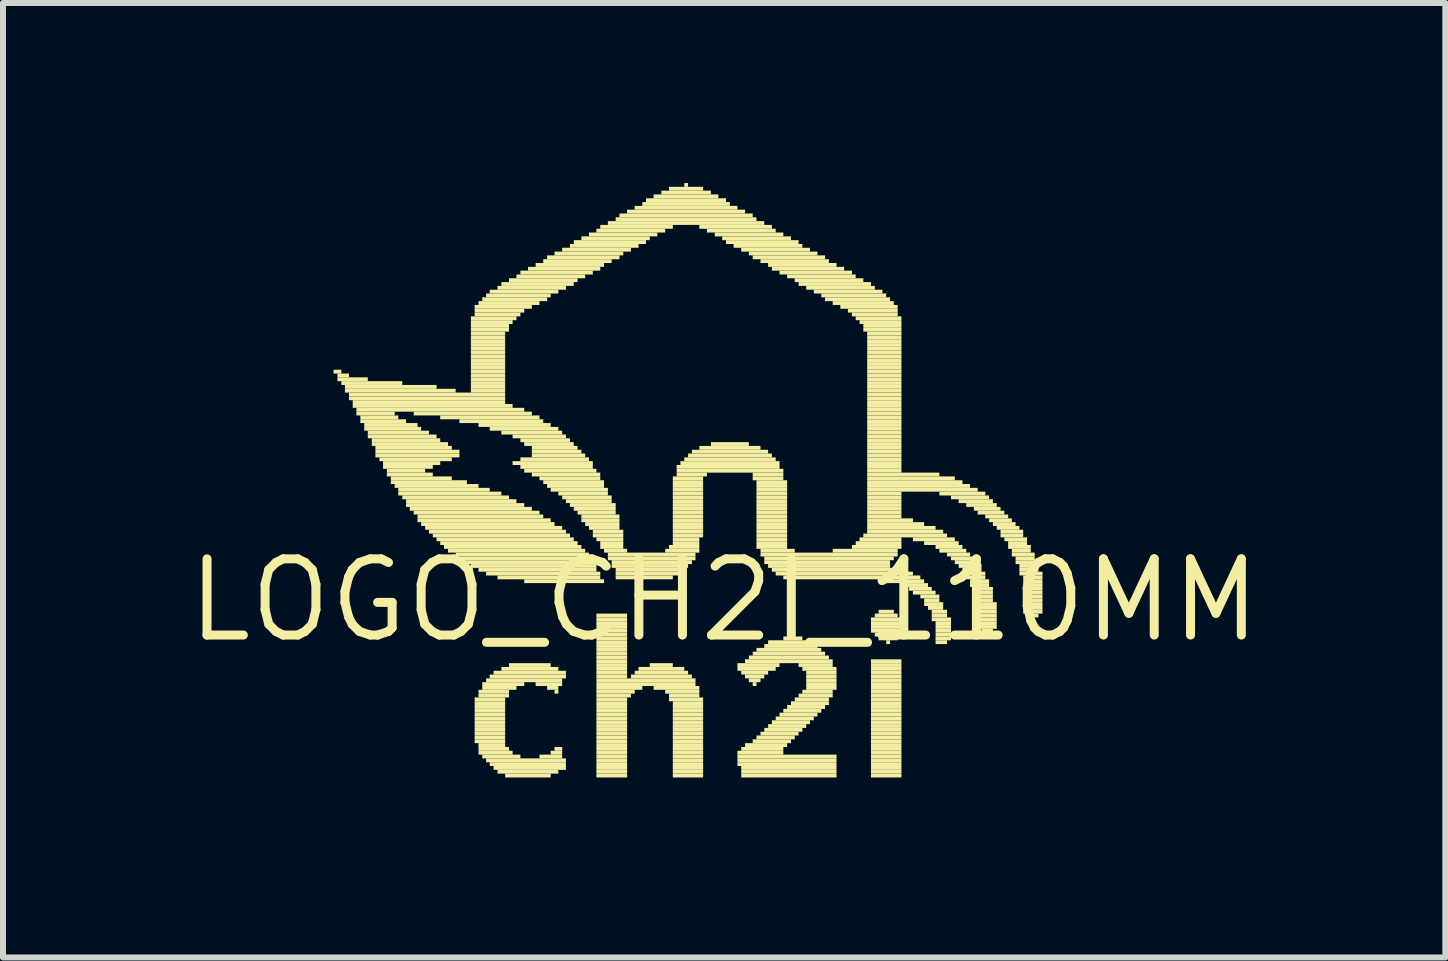
<source format=kicad_pcb>
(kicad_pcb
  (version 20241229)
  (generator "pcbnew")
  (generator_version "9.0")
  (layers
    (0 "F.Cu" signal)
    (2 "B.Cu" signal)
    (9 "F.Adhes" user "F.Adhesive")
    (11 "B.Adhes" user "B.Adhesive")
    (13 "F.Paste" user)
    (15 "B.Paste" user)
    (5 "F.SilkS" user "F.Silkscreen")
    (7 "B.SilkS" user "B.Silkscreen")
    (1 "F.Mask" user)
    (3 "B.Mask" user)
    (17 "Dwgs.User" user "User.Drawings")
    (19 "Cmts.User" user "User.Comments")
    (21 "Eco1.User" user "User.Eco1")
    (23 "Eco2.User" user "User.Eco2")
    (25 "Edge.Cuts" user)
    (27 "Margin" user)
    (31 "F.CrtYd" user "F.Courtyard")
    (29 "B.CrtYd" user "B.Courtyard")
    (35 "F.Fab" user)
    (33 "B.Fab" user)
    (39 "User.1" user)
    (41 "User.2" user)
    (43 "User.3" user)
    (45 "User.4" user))
  (footprint "LOGO_CH2I_110MM"
    (layer "F.Cu")
    (at 9.018 6.953)
    (property "Reference" "LOGO_CH2I_110MM" (at 0 0 0) (layer "F.SilkS") (effects (font (size 1.27 1.27) (thickness 0.15))))
    (attr through_hole)
    (fp_poly (pts (xy -6.51 -3.778) (xy -6.38 -3.778) (xy -6.38 -3.842) (xy -6.51 -3.842)) (stroke (width 0) (type solid)) (fill yes) (layer "F.SilkS"))
    (fp_poly (pts (xy -6.444 -3.715) (xy -6.253 -3.715) (xy -6.253 -3.778) (xy -6.444 -3.778)) (stroke (width 0) (type solid)) (fill yes) (layer "F.SilkS"))
    (fp_poly (pts (xy -6.444 -3.651) (xy -5.939 -3.651) (xy -5.939 -3.715) (xy -6.444 -3.715)) (stroke (width 0) (type solid)) (fill yes) (layer "F.SilkS"))
    (fp_poly (pts (xy -6.38 -3.588) (xy -5.364 -3.588) (xy -5.364 -3.651) (xy -6.38 -3.651)) (stroke (width 0) (type solid)) (fill yes) (layer "F.SilkS"))
    (fp_poly (pts (xy -6.32 -3.524) (xy -4.793 -3.524) (xy -4.793 -3.588) (xy -6.32 -3.588)) (stroke (width 0) (type solid)) (fill yes) (layer "F.SilkS"))
    (fp_poly (pts (xy -6.32 -3.461) (xy -4.475 -3.461) (xy -4.475 -3.524) (xy -6.32 -3.524)) (stroke (width 0) (type solid)) (fill yes) (layer "F.SilkS"))
    (fp_poly (pts (xy -6.253 -3.397) (xy -3.65 -3.397) (xy -3.65 -3.461) (xy -6.253 -3.461)) (stroke (width 0) (type solid)) (fill yes) (layer "F.SilkS"))
    (fp_poly (pts (xy -6.253 -3.334) (xy -3.65 -3.334) (xy -3.65 -3.397) (xy -6.253 -3.397)) (stroke (width 0) (type solid)) (fill yes) (layer "F.SilkS"))
    (fp_poly (pts (xy -6.19 -3.27) (xy -3.65 -3.27) (xy -3.65 -3.334) (xy -6.19 -3.334)) (stroke (width 0) (type solid)) (fill yes) (layer "F.SilkS"))
    (fp_poly (pts (xy -6.19 -3.207) (xy -3.526 -3.207) (xy -3.526 -3.27) (xy -6.19 -3.27)) (stroke (width 0) (type solid)) (fill yes) (layer "F.SilkS"))
    (fp_poly (pts (xy -6.129 -3.143) (xy -3.332 -3.143) (xy -3.332 -3.207) (xy -6.129 -3.207)) (stroke (width 0) (type solid)) (fill yes) (layer "F.SilkS"))
    (fp_poly (pts (xy -6.129 -3.08) (xy -5.491 -3.08) (xy -5.491 -3.143) (xy -6.129 -3.143)) (stroke (width 0) (type solid)) (fill yes) (layer "F.SilkS"))
    (fp_poly (pts (xy -6.063 -3.016) (xy -5.431 -3.016) (xy -5.431 -3.08) (xy -6.063 -3.08)) (stroke (width 0) (type solid)) (fill yes) (layer "F.SilkS"))
    (fp_poly (pts (xy -6.063 -2.953) (xy -5.301 -2.953) (xy -5.301 -3.016) (xy -6.063 -3.016)) (stroke (width 0) (type solid)) (fill yes) (layer "F.SilkS"))
    (fp_poly (pts (xy -5.999 -2.889) (xy -5.11 -2.889) (xy -5.11 -2.953) (xy -5.999 -2.953)) (stroke (width 0) (type solid)) (fill yes) (layer "F.SilkS"))
    (fp_poly (pts (xy -5.999 -2.826) (xy -5.05 -2.826) (xy -5.05 -2.889) (xy -5.999 -2.889)) (stroke (width 0) (type solid)) (fill yes) (layer "F.SilkS"))
    (fp_poly (pts (xy -5.939 -2.762) (xy -4.92 -2.762) (xy -4.92 -2.826) (xy -5.939 -2.826)) (stroke (width 0) (type solid)) (fill yes) (layer "F.SilkS"))
    (fp_poly (pts (xy -5.939 -2.699) (xy -4.793 -2.699) (xy -4.793 -2.762) (xy -5.939 -2.762)) (stroke (width 0) (type solid)) (fill yes) (layer "F.SilkS"))
    (fp_poly (pts (xy -5.872 -2.635) (xy -4.732 -2.635) (xy -4.732 -2.699) (xy -5.872 -2.699)) (stroke (width 0) (type solid)) (fill yes) (layer "F.SilkS"))
    (fp_poly (pts (xy -5.872 -2.572) (xy -4.602 -2.572) (xy -4.602 -2.635) (xy -5.872 -2.635)) (stroke (width 0) (type solid)) (fill yes) (layer "F.SilkS"))
    (fp_poly (pts (xy -5.812 -2.508) (xy -4.539 -2.508) (xy -4.539 -2.572) (xy -5.812 -2.572)) (stroke (width 0) (type solid)) (fill yes) (layer "F.SilkS"))
    (fp_poly (pts (xy -5.812 -2.445) (xy -4.412 -2.445) (xy -4.412 -2.508) (xy -5.812 -2.508)) (stroke (width 0) (type solid)) (fill yes) (layer "F.SilkS"))
    (fp_poly (pts (xy -5.812 -2.381) (xy -4.412 -2.381) (xy -4.412 -2.445) (xy -5.812 -2.445)) (stroke (width 0) (type solid)) (fill yes) (layer "F.SilkS"))
    (fp_poly (pts (xy -5.745 -2.318) (xy -4.539 -2.318) (xy -4.539 -2.381) (xy -5.745 -2.381)) (stroke (width 0) (type solid)) (fill yes) (layer "F.SilkS"))
    (fp_poly (pts (xy -5.685 -2.254) (xy -4.732 -2.254) (xy -4.732 -2.318) (xy -5.685 -2.318)) (stroke (width 0) (type solid)) (fill yes) (layer "F.SilkS"))
    (fp_poly (pts (xy -5.685 -2.191) (xy -4.856 -2.191) (xy -4.856 -2.254) (xy -5.685 -2.254)) (stroke (width 0) (type solid)) (fill yes) (layer "F.SilkS"))
    (fp_poly (pts (xy -5.621 -2.127) (xy -4.983 -2.127) (xy -4.983 -2.191) (xy -5.621 -2.191)) (stroke (width 0) (type solid)) (fill yes) (layer "F.SilkS"))
    (fp_poly (pts (xy -5.621 -2.064) (xy -4.856 -2.064) (xy -4.856 -2.127) (xy -5.621 -2.127)) (stroke (width 0) (type solid)) (fill yes) (layer "F.SilkS"))
    (fp_poly (pts (xy -5.555 -2) (xy -4.539 -2) (xy -4.539 -2.064) (xy -5.555 -2.064)) (stroke (width 0) (type solid)) (fill yes) (layer "F.SilkS"))
    (fp_poly (pts (xy -5.555 -1.937) (xy -4.288 -1.937) (xy -4.288 -2) (xy -5.555 -2)) (stroke (width 0) (type solid)) (fill yes) (layer "F.SilkS"))
    (fp_poly (pts (xy -5.491 -1.873) (xy -4.094 -1.873) (xy -4.094 -1.937) (xy -5.491 -1.937)) (stroke (width 0) (type solid)) (fill yes) (layer "F.SilkS"))
    (fp_poly (pts (xy -5.431 -1.81) (xy -3.907 -1.81) (xy -3.907 -1.873) (xy -5.431 -1.873)) (stroke (width 0) (type solid)) (fill yes) (layer "F.SilkS"))
    (fp_poly (pts (xy -5.431 -1.746) (xy -3.713 -1.746) (xy -3.713 -1.81) (xy -5.431 -1.81)) (stroke (width 0) (type solid)) (fill yes) (layer "F.SilkS"))
    (fp_poly (pts (xy -5.364 -1.683) (xy -3.586 -1.683) (xy -3.586 -1.746) (xy -5.364 -1.746)) (stroke (width 0) (type solid)) (fill yes) (layer "F.SilkS"))
    (fp_poly (pts (xy -5.301 -1.619) (xy -3.462 -1.619) (xy -3.462 -1.683) (xy -5.301 -1.683)) (stroke (width 0) (type solid)) (fill yes) (layer "F.SilkS"))
    (fp_poly (pts (xy -5.301 -1.556) (xy -3.332 -1.556) (xy -3.332 -1.619) (xy -5.301 -1.619)) (stroke (width 0) (type solid)) (fill yes) (layer "F.SilkS"))
    (fp_poly (pts (xy -5.24 -1.492) (xy -3.205 -1.492) (xy -3.205 -1.556) (xy -5.24 -1.556)) (stroke (width 0) (type solid)) (fill yes) (layer "F.SilkS"))
    (fp_poly (pts (xy -5.174 -3.08) (xy -3.205 -3.08) (xy -3.205 -3.143) (xy -5.174 -3.143)) (stroke (width 0) (type solid)) (fill yes) (layer "F.SilkS"))
    (fp_poly (pts (xy -5.174 -1.429) (xy -3.078 -1.429) (xy -3.078 -1.492) (xy -5.174 -1.492)) (stroke (width 0) (type solid)) (fill yes) (layer "F.SilkS"))
    (fp_poly (pts (xy -5.11 -1.365) (xy -3.015 -1.365) (xy -3.015 -1.429) (xy -5.11 -1.429)) (stroke (width 0) (type solid)) (fill yes) (layer "F.SilkS"))
    (fp_poly (pts (xy -5.11 -1.302) (xy -2.891 -1.302) (xy -2.891 -1.365) (xy -5.11 -1.365)) (stroke (width 0) (type solid)) (fill yes) (layer "F.SilkS"))
    (fp_poly (pts (xy -5.05 -1.238) (xy -2.827 -1.238) (xy -2.827 -1.302) (xy -5.05 -1.302)) (stroke (width 0) (type solid)) (fill yes) (layer "F.SilkS"))
    (fp_poly (pts (xy -4.983 -1.175) (xy -2.7 -1.175) (xy -2.7 -1.238) (xy -4.983 -1.238)) (stroke (width 0) (type solid)) (fill yes) (layer "F.SilkS"))
    (fp_poly (pts (xy -4.92 -1.111) (xy -2.637 -1.111) (xy -2.637 -1.175) (xy -4.92 -1.175)) (stroke (width 0) (type solid)) (fill yes) (layer "F.SilkS"))
    (fp_poly (pts (xy -4.856 -1.048) (xy -2.57 -1.048) (xy -2.57 -1.111) (xy -4.856 -1.111)) (stroke (width 0) (type solid)) (fill yes) (layer "F.SilkS"))
    (fp_poly (pts (xy -4.793 -0.984) (xy -2.507 -0.984) (xy -2.507 -1.048) (xy -4.793 -1.048)) (stroke (width 0) (type solid)) (fill yes) (layer "F.SilkS"))
    (fp_poly (pts (xy -4.732 -3.016) (xy -3.078 -3.016) (xy -3.078 -3.08) (xy -4.732 -3.08)) (stroke (width 0) (type solid)) (fill yes) (layer "F.SilkS"))
    (fp_poly (pts (xy -4.732 -0.921) (xy -2.443 -0.921) (xy -2.443 -0.984) (xy -4.732 -0.984)) (stroke (width 0) (type solid)) (fill yes) (layer "F.SilkS"))
    (fp_poly (pts (xy -4.669 -0.857) (xy -2.38 -0.857) (xy -2.38 -0.921) (xy -4.669 -0.921)) (stroke (width 0) (type solid)) (fill yes) (layer "F.SilkS"))
    (fp_poly (pts (xy -4.602 -0.794) (xy -2.316 -0.794) (xy -2.316 -0.857) (xy -4.602 -0.857)) (stroke (width 0) (type solid)) (fill yes) (layer "F.SilkS"))
    (fp_poly (pts (xy -4.475 -0.73) (xy -2.253 -0.73) (xy -2.253 -0.794) (xy -4.475 -0.794)) (stroke (width 0) (type solid)) (fill yes) (layer "F.SilkS"))
    (fp_poly (pts (xy -4.412 -2.953) (xy -3.015 -2.953) (xy -3.015 -3.016) (xy -4.412 -3.016)) (stroke (width 0) (type solid)) (fill yes) (layer "F.SilkS"))
    (fp_poly (pts (xy -4.412 -0.667) (xy -2.253 -0.667) (xy -2.253 -0.73) (xy -4.412 -0.73)) (stroke (width 0) (type solid)) (fill yes) (layer "F.SilkS"))
    (fp_poly (pts (xy -4.351 -0.603) (xy -2.189 -0.603) (xy -2.189 -0.667) (xy -4.351 -0.667)) (stroke (width 0) (type solid)) (fill yes) (layer "F.SilkS"))
    (fp_poly (pts (xy -4.221 -4.667) (xy -3.462 -4.667) (xy -3.462 -4.731) (xy -4.221 -4.731)) (stroke (width 0) (type solid)) (fill yes) (layer "F.SilkS"))
    (fp_poly (pts (xy -4.221 -4.604) (xy -3.526 -4.604) (xy -3.526 -4.667) (xy -4.221 -4.667)) (stroke (width 0) (type solid)) (fill yes) (layer "F.SilkS"))
    (fp_poly (pts (xy -4.221 -4.54) (xy -3.586 -4.54) (xy -3.586 -4.604) (xy -4.221 -4.604)) (stroke (width 0) (type solid)) (fill yes) (layer "F.SilkS"))
    (fp_poly (pts (xy -4.221 -4.477) (xy -3.586 -4.477) (xy -3.586 -4.54) (xy -4.221 -4.54)) (stroke (width 0) (type solid)) (fill yes) (layer "F.SilkS"))
    (fp_poly (pts (xy -4.221 -4.413) (xy -3.65 -4.413) (xy -3.65 -4.477) (xy -4.221 -4.477)) (stroke (width 0) (type solid)) (fill yes) (layer "F.SilkS"))
    (fp_poly (pts (xy -4.221 -4.35) (xy -3.65 -4.35) (xy -3.65 -4.413) (xy -4.221 -4.413)) (stroke (width 0) (type solid)) (fill yes) (layer "F.SilkS"))
    (fp_poly (pts (xy -4.221 -4.286) (xy -3.65 -4.286) (xy -3.65 -4.35) (xy -4.221 -4.35)) (stroke (width 0) (type solid)) (fill yes) (layer "F.SilkS"))
    (fp_poly (pts (xy -4.221 -4.223) (xy -3.65 -4.223) (xy -3.65 -4.286) (xy -4.221 -4.286)) (stroke (width 0) (type solid)) (fill yes) (layer "F.SilkS"))
    (fp_poly (pts (xy -4.221 -4.159) (xy -3.65 -4.159) (xy -3.65 -4.223) (xy -4.221 -4.223)) (stroke (width 0) (type solid)) (fill yes) (layer "F.SilkS"))
    (fp_poly (pts (xy -4.221 -4.096) (xy -3.65 -4.096) (xy -3.65 -4.159) (xy -4.221 -4.159)) (stroke (width 0) (type solid)) (fill yes) (layer "F.SilkS"))
    (fp_poly (pts (xy -4.221 -4.032) (xy -3.65 -4.032) (xy -3.65 -4.096) (xy -4.221 -4.096)) (stroke (width 0) (type solid)) (fill yes) (layer "F.SilkS"))
    (fp_poly (pts (xy -4.221 -3.969) (xy -3.65 -3.969) (xy -3.65 -4.032) (xy -4.221 -4.032)) (stroke (width 0) (type solid)) (fill yes) (layer "F.SilkS"))
    (fp_poly (pts (xy -4.221 -3.905) (xy -3.65 -3.905) (xy -3.65 -3.969) (xy -4.221 -3.969)) (stroke (width 0) (type solid)) (fill yes) (layer "F.SilkS"))
    (fp_poly (pts (xy -4.221 -3.842) (xy -3.65 -3.842) (xy -3.65 -3.905) (xy -4.221 -3.905)) (stroke (width 0) (type solid)) (fill yes) (layer "F.SilkS"))
    (fp_poly (pts (xy -4.221 -3.778) (xy -3.65 -3.778) (xy -3.65 -3.842) (xy -4.221 -3.842)) (stroke (width 0) (type solid)) (fill yes) (layer "F.SilkS"))
    (fp_poly (pts (xy -4.221 -3.715) (xy -3.65 -3.715) (xy -3.65 -3.778) (xy -4.221 -3.778)) (stroke (width 0) (type solid)) (fill yes) (layer "F.SilkS"))
    (fp_poly (pts (xy -4.221 -3.651) (xy -3.65 -3.651) (xy -3.65 -3.715) (xy -4.221 -3.715)) (stroke (width 0) (type solid)) (fill yes) (layer "F.SilkS"))
    (fp_poly (pts (xy -4.221 -3.588) (xy -3.65 -3.588) (xy -3.65 -3.651) (xy -4.221 -3.651)) (stroke (width 0) (type solid)) (fill yes) (layer "F.SilkS"))
    (fp_poly (pts (xy -4.221 -3.524) (xy -3.65 -3.524) (xy -3.65 -3.588) (xy -4.221 -3.588)) (stroke (width 0) (type solid)) (fill yes) (layer "F.SilkS"))
    (fp_poly (pts (xy -4.221 -3.461) (xy -3.65 -3.461) (xy -3.65 -3.524) (xy -4.221 -3.524)) (stroke (width 0) (type solid)) (fill yes) (layer "F.SilkS"))
    (fp_poly (pts (xy -4.221 -0.54) (xy -2.129 -0.54) (xy -2.129 -0.603) (xy -4.221 -0.603)) (stroke (width 0) (type solid)) (fill yes) (layer "F.SilkS"))
    (fp_poly (pts (xy -4.158 -4.858) (xy -3.205 -4.858) (xy -3.205 -4.921) (xy -4.158 -4.921)) (stroke (width 0) (type solid)) (fill yes) (layer "F.SilkS"))
    (fp_poly (pts (xy -4.158 -4.794) (xy -3.332 -4.794) (xy -3.332 -4.858) (xy -4.158 -4.858)) (stroke (width 0) (type solid)) (fill yes) (layer "F.SilkS"))
    (fp_poly (pts (xy -4.158 -4.731) (xy -3.396 -4.731) (xy -3.396 -4.794) (xy -4.158 -4.794)) (stroke (width 0) (type solid)) (fill yes) (layer "F.SilkS"))
    (fp_poly (pts (xy -4.158 1.683) (xy -3.65 1.683) (xy -3.65 1.619) (xy -4.158 1.619)) (stroke (width 0) (type solid)) (fill yes) (layer "F.SilkS"))
    (fp_poly (pts (xy -4.158 1.746) (xy -3.65 1.746) (xy -3.65 1.683) (xy -4.158 1.683)) (stroke (width 0) (type solid)) (fill yes) (layer "F.SilkS"))
    (fp_poly (pts (xy -4.158 1.81) (xy -3.65 1.81) (xy -3.65 1.746) (xy -4.158 1.746)) (stroke (width 0) (type solid)) (fill yes) (layer "F.SilkS"))
    (fp_poly (pts (xy -4.158 1.873) (xy -3.65 1.873) (xy -3.65 1.81) (xy -4.158 1.81)) (stroke (width 0) (type solid)) (fill yes) (layer "F.SilkS"))
    (fp_poly (pts (xy -4.158 1.937) (xy -3.65 1.937) (xy -3.65 1.873) (xy -4.158 1.873)) (stroke (width 0) (type solid)) (fill yes) (layer "F.SilkS"))
    (fp_poly (pts (xy -4.158 2) (xy -3.65 2) (xy -3.65 1.937) (xy -4.158 1.937)) (stroke (width 0) (type solid)) (fill yes) (layer "F.SilkS"))
    (fp_poly (pts (xy -4.158 2.064) (xy -3.65 2.064) (xy -3.65 2) (xy -4.158 2)) (stroke (width 0) (type solid)) (fill yes) (layer "F.SilkS"))
    (fp_poly (pts (xy -4.158 2.127) (xy -3.65 2.127) (xy -3.65 2.064) (xy -4.158 2.064)) (stroke (width 0) (type solid)) (fill yes) (layer "F.SilkS"))
    (fp_poly (pts (xy -4.158 2.191) (xy -3.65 2.191) (xy -3.65 2.127) (xy -4.158 2.127)) (stroke (width 0) (type solid)) (fill yes) (layer "F.SilkS"))
    (fp_poly (pts (xy -4.158 2.254) (xy -3.65 2.254) (xy -3.65 2.191) (xy -4.158 2.191)) (stroke (width 0) (type solid)) (fill yes) (layer "F.SilkS"))
    (fp_poly (pts (xy -4.158 2.318) (xy -3.65 2.318) (xy -3.65 2.254) (xy -4.158 2.254)) (stroke (width 0) (type solid)) (fill yes) (layer "F.SilkS"))
    (fp_poly (pts (xy -4.158 2.381) (xy -3.65 2.381) (xy -3.65 2.318) (xy -4.158 2.318)) (stroke (width 0) (type solid)) (fill yes) (layer "F.SilkS"))
    (fp_poly (pts (xy -4.094 -4.921) (xy -3.078 -4.921) (xy -3.078 -4.985) (xy -4.094 -4.985)) (stroke (width 0) (type solid)) (fill yes) (layer "F.SilkS"))
    (fp_poly (pts (xy -4.094 -2.889) (xy -2.891 -2.889) (xy -2.891 -2.953) (xy -4.094 -2.953)) (stroke (width 0) (type solid)) (fill yes) (layer "F.SilkS"))
    (fp_poly (pts (xy -4.094 -0.476) (xy -2.129 -0.476) (xy -2.129 -0.54) (xy -4.094 -0.54)) (stroke (width 0) (type solid)) (fill yes) (layer "F.SilkS"))
    (fp_poly (pts (xy -4.094 1.556) (xy -3.586 1.556) (xy -3.586 1.492) (xy -4.094 1.492)) (stroke (width 0) (type solid)) (fill yes) (layer "F.SilkS"))
    (fp_poly (pts (xy -4.094 1.619) (xy -3.586 1.619) (xy -3.586 1.556) (xy -4.094 1.556)) (stroke (width 0) (type solid)) (fill yes) (layer "F.SilkS"))
    (fp_poly (pts (xy -4.094 2.445) (xy -3.65 2.445) (xy -3.65 2.381) (xy -4.094 2.381)) (stroke (width 0) (type solid)) (fill yes) (layer "F.SilkS"))
    (fp_poly (pts (xy -4.094 2.508) (xy -3.586 2.508) (xy -3.586 2.445) (xy -4.094 2.445)) (stroke (width 0) (type solid)) (fill yes) (layer "F.SilkS"))
    (fp_poly (pts (xy -4.094 2.572) (xy -3.526 2.572) (xy -3.526 2.508) (xy -4.094 2.508)) (stroke (width 0) (type solid)) (fill yes) (layer "F.SilkS"))
    (fp_poly (pts (xy -4.031 -4.985) (xy -2.951 -4.985) (xy -2.951 -5.048) (xy -4.031 -5.048)) (stroke (width 0) (type solid)) (fill yes) (layer "F.SilkS"))
    (fp_poly (pts (xy -4.031 1.429) (xy -3.332 1.429) (xy -3.332 1.365) (xy -4.031 1.365)) (stroke (width 0) (type solid)) (fill yes) (layer "F.SilkS"))
    (fp_poly (pts (xy -4.031 1.492) (xy -3.462 1.492) (xy -3.462 1.429) (xy -4.031 1.429)) (stroke (width 0) (type solid)) (fill yes) (layer "F.SilkS"))
    (fp_poly (pts (xy -4.031 2.635) (xy -3.396 2.635) (xy -3.396 2.572) (xy -4.031 2.572)) (stroke (width 0) (type solid)) (fill yes) (layer "F.SilkS"))
    (fp_poly (pts (xy -3.967 -5.048) (xy -2.891 -5.048) (xy -2.891 -5.112) (xy -3.967 -5.112)) (stroke (width 0) (type solid)) (fill yes) (layer "F.SilkS"))
    (fp_poly (pts (xy -3.967 -0.413) (xy -2.065 -0.413) (xy -2.065 -0.476) (xy -3.967 -0.476)) (stroke (width 0) (type solid)) (fill yes) (layer "F.SilkS"))
    (fp_poly (pts (xy -3.967 1.365) (xy -2.7 1.365) (xy -2.7 1.302) (xy -3.967 1.302)) (stroke (width 0) (type solid)) (fill yes) (layer "F.SilkS"))
    (fp_poly (pts (xy -3.967 2.699) (xy -2.637 2.699) (xy -2.637 2.635) (xy -3.967 2.635)) (stroke (width 0) (type solid)) (fill yes) (layer "F.SilkS"))
    (fp_poly (pts (xy -3.907 -5.112) (xy -2.764 -5.112) (xy -2.764 -5.175) (xy -3.907 -5.175)) (stroke (width 0) (type solid)) (fill yes) (layer "F.SilkS"))
    (fp_poly (pts (xy -3.907 -2.826) (xy -2.764 -2.826) (xy -2.764 -2.889) (xy -3.907 -2.889)) (stroke (width 0) (type solid)) (fill yes) (layer "F.SilkS"))
    (fp_poly (pts (xy -3.907 1.302) (xy -2.637 1.302) (xy -2.637 1.238) (xy -3.907 1.238)) (stroke (width 0) (type solid)) (fill yes) (layer "F.SilkS"))
    (fp_poly (pts (xy -3.907 2.762) (xy -2.637 2.762) (xy -2.637 2.699) (xy -3.907 2.699)) (stroke (width 0) (type solid)) (fill yes) (layer "F.SilkS"))
    (fp_poly (pts (xy -3.843 1.238) (xy -2.637 1.238) (xy -2.637 1.175) (xy -3.843 1.175)) (stroke (width 0) (type solid)) (fill yes) (layer "F.SilkS"))
    (fp_poly (pts (xy -3.843 2.826) (xy -2.637 2.826) (xy -2.637 2.762) (xy -3.843 2.762)) (stroke (width 0) (type solid)) (fill yes) (layer "F.SilkS"))
    (fp_poly (pts (xy -3.777 -5.175) (xy -2.637 -5.175) (xy -2.637 -5.239) (xy -3.777 -5.239)) (stroke (width 0) (type solid)) (fill yes) (layer "F.SilkS"))
    (fp_poly (pts (xy -3.777 -0.349) (xy -2.065 -0.349) (xy -2.065 -0.413) (xy -3.777 -0.413)) (stroke (width 0) (type solid)) (fill yes) (layer "F.SilkS"))
    (fp_poly (pts (xy -3.777 2.889) (xy -2.764 2.889) (xy -2.764 2.826) (xy -3.777 2.826)) (stroke (width 0) (type solid)) (fill yes) (layer "F.SilkS"))
    (fp_poly (pts (xy -3.713 -5.239) (xy -2.507 -5.239) (xy -2.507 -5.302) (xy -3.713 -5.302)) (stroke (width 0) (type solid)) (fill yes) (layer "F.SilkS"))
    (fp_poly (pts (xy -3.713 -2.762) (xy -2.7 -2.762) (xy -2.7 -2.826) (xy -3.713 -2.826)) (stroke (width 0) (type solid)) (fill yes) (layer "F.SilkS"))
    (fp_poly (pts (xy -3.713 1.175) (xy -2.764 1.175) (xy -2.764 1.111) (xy -3.713 1.111)) (stroke (width 0) (type solid)) (fill yes) (layer "F.SilkS"))
    (fp_poly (pts (xy -3.65 2.953) (xy -2.891 2.953) (xy -2.891 2.889) (xy -3.65 2.889)) (stroke (width 0) (type solid)) (fill yes) (layer "F.SilkS"))
    (fp_poly (pts (xy -3.586 -5.302) (xy -2.443 -5.302) (xy -2.443 -5.366) (xy -3.586 -5.366)) (stroke (width 0) (type solid)) (fill yes) (layer "F.SilkS"))
    (fp_poly (pts (xy -3.586 1.111) (xy -2.891 1.111) (xy -2.891 1.048) (xy -3.586 1.048)) (stroke (width 0) (type solid)) (fill yes) (layer "F.SilkS"))
    (fp_poly (pts (xy -3.526 -2.699) (xy -2.637 -2.699) (xy -2.637 -2.762) (xy -3.526 -2.762)) (stroke (width 0) (type solid)) (fill yes) (layer "F.SilkS"))
    (fp_poly (pts (xy -3.526 -2.254) (xy -2.189 -2.254) (xy -2.189 -2.318) (xy -3.526 -2.318)) (stroke (width 0) (type solid)) (fill yes) (layer "F.SilkS"))
    (fp_poly (pts (xy -3.462 -5.366) (xy -2.316 -5.366) (xy -2.316 -5.429) (xy -3.462 -5.429)) (stroke (width 0) (type solid)) (fill yes) (layer "F.SilkS"))
    (fp_poly (pts (xy -3.396 -5.429) (xy -2.189 -5.429) (xy -2.189 -5.493) (xy -3.396 -5.493)) (stroke (width 0) (type solid)) (fill yes) (layer "F.SilkS"))
    (fp_poly (pts (xy -3.396 -2.635) (xy -2.57 -2.635) (xy -2.57 -2.699) (xy -3.396 -2.699)) (stroke (width 0) (type solid)) (fill yes) (layer "F.SilkS"))
    (fp_poly (pts (xy -3.396 -2.318) (xy -2.253 -2.318) (xy -2.253 -2.381) (xy -3.396 -2.381)) (stroke (width 0) (type solid)) (fill yes) (layer "F.SilkS"))
    (fp_poly (pts (xy -3.396 -2.191) (xy -2.189 -2.191) (xy -2.189 -2.254) (xy -3.396 -2.254)) (stroke (width 0) (type solid)) (fill yes) (layer "F.SilkS"))
    (fp_poly (pts (xy -3.332 -2.572) (xy -2.507 -2.572) (xy -2.507 -2.635) (xy -3.332 -2.635)) (stroke (width 0) (type solid)) (fill yes) (layer "F.SilkS"))
    (fp_poly (pts (xy -3.332 -2.127) (xy -2.129 -2.127) (xy -2.129 -2.191) (xy -3.332 -2.191)) (stroke (width 0) (type solid)) (fill yes) (layer "F.SilkS"))
    (fp_poly (pts (xy -3.332 -0.286) (xy -2.002 -0.286) (xy -2.002 -0.349) (xy -3.332 -0.349)) (stroke (width 0) (type solid)) (fill yes) (layer "F.SilkS"))
    (fp_poly (pts (xy -3.269 -5.493) (xy -2.065 -5.493) (xy -2.065 -5.556) (xy -3.269 -5.556)) (stroke (width 0) (type solid)) (fill yes) (layer "F.SilkS"))
    (fp_poly (pts (xy -3.205 -2.508) (xy -2.443 -2.508) (xy -2.443 -2.572) (xy -3.205 -2.572)) (stroke (width 0) (type solid)) (fill yes) (layer "F.SilkS"))
    (fp_poly (pts (xy -3.205 -2.445) (xy -2.38 -2.445) (xy -2.38 -2.508) (xy -3.205 -2.508)) (stroke (width 0) (type solid)) (fill yes) (layer "F.SilkS"))
    (fp_poly (pts (xy -3.205 -2.381) (xy -2.316 -2.381) (xy -2.316 -2.445) (xy -3.205 -2.445)) (stroke (width 0) (type solid)) (fill yes) (layer "F.SilkS"))
    (fp_poly (pts (xy -3.205 -2.064) (xy -2.065 -2.064) (xy -2.065 -2.127) (xy -3.205 -2.127)) (stroke (width 0) (type solid)) (fill yes) (layer "F.SilkS"))
    (fp_poly (pts (xy -3.142 -5.556) (xy -2.002 -5.556) (xy -2.002 -5.62) (xy -3.142 -5.62)) (stroke (width 0) (type solid)) (fill yes) (layer "F.SilkS"))
    (fp_poly (pts (xy -3.142 1.429) (xy -2.7 1.429) (xy -2.7 1.365) (xy -3.142 1.365)) (stroke (width 0) (type solid)) (fill yes) (layer "F.SilkS"))
    (fp_poly (pts (xy -3.078 -2) (xy -2.065 -2) (xy -2.065 -2.064) (xy -3.078 -2.064)) (stroke (width 0) (type solid)) (fill yes) (layer "F.SilkS"))
    (fp_poly (pts (xy -3.078 2.635) (xy -2.7 2.635) (xy -2.7 2.572) (xy -3.078 2.572)) (stroke (width 0) (type solid)) (fill yes) (layer "F.SilkS"))
    (fp_poly (pts (xy -3.015 -5.62) (xy -1.875 -5.62) (xy -1.875 -5.683) (xy -3.015 -5.683)) (stroke (width 0) (type solid)) (fill yes) (layer "F.SilkS"))
    (fp_poly (pts (xy -3.015 -1.937) (xy -2.002 -1.937) (xy -2.002 -2) (xy -3.015 -2)) (stroke (width 0) (type solid)) (fill yes) (layer "F.SilkS"))
    (fp_poly (pts (xy -2.951 -5.683) (xy -1.745 -5.683) (xy -1.745 -5.747) (xy -2.951 -5.747)) (stroke (width 0) (type solid)) (fill yes) (layer "F.SilkS"))
    (fp_poly (pts (xy -2.951 -1.873) (xy -2.002 -1.873) (xy -2.002 -1.937) (xy -2.951 -1.937)) (stroke (width 0) (type solid)) (fill yes) (layer "F.SilkS"))
    (fp_poly (pts (xy -2.951 1.492) (xy -2.764 1.492) (xy -2.764 1.429) (xy -2.951 1.429)) (stroke (width 0) (type solid)) (fill yes) (layer "F.SilkS"))
    (fp_poly (pts (xy -2.891 -1.81) (xy -1.938 -1.81) (xy -1.938 -1.873) (xy -2.891 -1.873)) (stroke (width 0) (type solid)) (fill yes) (layer "F.SilkS"))
    (fp_poly (pts (xy -2.891 2.572) (xy -2.7 2.572) (xy -2.7 2.508) (xy -2.891 2.508)) (stroke (width 0) (type solid)) (fill yes) (layer "F.SilkS"))
    (fp_poly (pts (xy -2.827 -5.747) (xy -1.681 -5.747) (xy -1.681 -5.81) (xy -2.827 -5.81)) (stroke (width 0) (type solid)) (fill yes) (layer "F.SilkS"))
    (fp_poly (pts (xy -2.827 1.556) (xy -2.764 1.556) (xy -2.764 1.492) (xy -2.827 1.492)) (stroke (width 0) (type solid)) (fill yes) (layer "F.SilkS"))
    (fp_poly (pts (xy -2.827 2.508) (xy -2.7 2.508) (xy -2.7 2.445) (xy -2.827 2.445)) (stroke (width 0) (type solid)) (fill yes) (layer "F.SilkS"))
    (fp_poly (pts (xy -2.764 -1.746) (xy -1.938 -1.746) (xy -1.938 -1.81) (xy -2.764 -1.81)) (stroke (width 0) (type solid)) (fill yes) (layer "F.SilkS"))
    (fp_poly (pts (xy -2.7 -5.81) (xy -1.554 -5.81) (xy -1.554 -5.874) (xy -2.7 -5.874)) (stroke (width 0) (type solid)) (fill yes) (layer "F.SilkS"))
    (fp_poly (pts (xy -2.7 -1.683) (xy -1.875 -1.683) (xy -1.875 -1.746) (xy -2.7 -1.746)) (stroke (width 0) (type solid)) (fill yes) (layer "F.SilkS"))
    (fp_poly (pts (xy -2.637 -1.619) (xy -1.875 -1.619) (xy -1.875 -1.683) (xy -2.637 -1.683)) (stroke (width 0) (type solid)) (fill yes) (layer "F.SilkS"))
    (fp_poly (pts (xy -2.57 -5.874) (xy -1.427 -5.874) (xy -1.427 -5.937) (xy -2.57 -5.937)) (stroke (width 0) (type solid)) (fill yes) (layer "F.SilkS"))
    (fp_poly (pts (xy -2.57 -1.556) (xy -1.808 -1.556) (xy -1.808 -1.619) (xy -2.57 -1.619)) (stroke (width 0) (type solid)) (fill yes) (layer "F.SilkS"))
    (fp_poly (pts (xy -2.507 -5.937) (xy -1.303 -5.937) (xy -1.303 -6.001) (xy -2.507 -6.001)) (stroke (width 0) (type solid)) (fill yes) (layer "F.SilkS"))
    (fp_poly (pts (xy -2.507 -1.492) (xy -1.808 -1.492) (xy -1.808 -1.556) (xy -2.507 -1.556)) (stroke (width 0) (type solid)) (fill yes) (layer "F.SilkS"))
    (fp_poly (pts (xy -2.443 -1.429) (xy -1.808 -1.429) (xy -1.808 -1.492) (xy -2.443 -1.492)) (stroke (width 0) (type solid)) (fill yes) (layer "F.SilkS"))
    (fp_poly (pts (xy -2.38 -6.001) (xy -1.24 -6.001) (xy -1.24 -6.064) (xy -2.38 -6.064)) (stroke (width 0) (type solid)) (fill yes) (layer "F.SilkS"))
    (fp_poly (pts (xy -2.38 -1.365) (xy -1.745 -1.365) (xy -1.745 -1.429) (xy -2.38 -1.429)) (stroke (width 0) (type solid)) (fill yes) (layer "F.SilkS"))
    (fp_poly (pts (xy -2.38 -1.302) (xy -1.745 -1.302) (xy -1.745 -1.365) (xy -2.38 -1.365)) (stroke (width 0) (type solid)) (fill yes) (layer "F.SilkS"))
    (fp_poly (pts (xy -2.316 -1.238) (xy -1.745 -1.238) (xy -1.745 -1.302) (xy -2.316 -1.302)) (stroke (width 0) (type solid)) (fill yes) (layer "F.SilkS"))
    (fp_poly (pts (xy -2.253 -6.064) (xy -1.113 -6.064) (xy -1.113 -6.128) (xy -2.253 -6.128)) (stroke (width 0) (type solid)) (fill yes) (layer "F.SilkS"))
    (fp_poly (pts (xy -2.253 -1.175) (xy -1.745 -1.175) (xy -1.745 -1.238) (xy -2.253 -1.238)) (stroke (width 0) (type solid)) (fill yes) (layer "F.SilkS"))
    (fp_poly (pts (xy -2.189 -1.111) (xy -1.681 -1.111) (xy -1.681 -1.175) (xy -2.189 -1.175)) (stroke (width 0) (type solid)) (fill yes) (layer "F.SilkS"))
    (fp_poly (pts (xy -2.189 -1.048) (xy -1.681 -1.048) (xy -1.681 -1.111) (xy -2.189 -1.111)) (stroke (width 0) (type solid)) (fill yes) (layer "F.SilkS"))
    (fp_poly (pts (xy -2.129 -6.128) (xy -0.983 -6.128) (xy -0.983 -6.191) (xy -2.129 -6.191)) (stroke (width 0) (type solid)) (fill yes) (layer "F.SilkS"))
    (fp_poly (pts (xy -2.129 -0.984) (xy -1.681 -0.984) (xy -1.681 -1.048) (xy -2.129 -1.048)) (stroke (width 0) (type solid)) (fill yes) (layer "F.SilkS"))
    (fp_poly (pts (xy -2.129 0.286) (xy -1.618 0.286) (xy -1.618 0.222) (xy -2.129 0.222)) (stroke (width 0) (type solid)) (fill yes) (layer "F.SilkS"))
    (fp_poly (pts (xy -2.129 0.349) (xy -1.618 0.349) (xy -1.618 0.286) (xy -2.129 0.286)) (stroke (width 0) (type solid)) (fill yes) (layer "F.SilkS"))
    (fp_poly (pts (xy -2.129 0.413) (xy -1.618 0.413) (xy -1.618 0.349) (xy -2.129 0.349)) (stroke (width 0) (type solid)) (fill yes) (layer "F.SilkS"))
    (fp_poly (pts (xy -2.129 0.476) (xy -1.618 0.476) (xy -1.618 0.413) (xy -2.129 0.413)) (stroke (width 0) (type solid)) (fill yes) (layer "F.SilkS"))
    (fp_poly (pts (xy -2.129 0.54) (xy -1.618 0.54) (xy -1.618 0.476) (xy -2.129 0.476)) (stroke (width 0) (type solid)) (fill yes) (layer "F.SilkS"))
    (fp_poly (pts (xy -2.129 0.603) (xy -1.618 0.603) (xy -1.618 0.54) (xy -2.129 0.54)) (stroke (width 0) (type solid)) (fill yes) (layer "F.SilkS"))
    (fp_poly (pts (xy -2.129 0.667) (xy -1.618 0.667) (xy -1.618 0.603) (xy -2.129 0.603)) (stroke (width 0) (type solid)) (fill yes) (layer "F.SilkS"))
    (fp_poly (pts (xy -2.129 0.73) (xy -1.618 0.73) (xy -1.618 0.667) (xy -2.129 0.667)) (stroke (width 0) (type solid)) (fill yes) (layer "F.SilkS"))
    (fp_poly (pts (xy -2.129 0.794) (xy -1.618 0.794) (xy -1.618 0.73) (xy -2.129 0.73)) (stroke (width 0) (type solid)) (fill yes) (layer "F.SilkS"))
    (fp_poly (pts (xy -2.129 0.857) (xy -1.618 0.857) (xy -1.618 0.794) (xy -2.129 0.794)) (stroke (width 0) (type solid)) (fill yes) (layer "F.SilkS"))
    (fp_poly (pts (xy -2.129 0.921) (xy -1.618 0.921) (xy -1.618 0.857) (xy -2.129 0.857)) (stroke (width 0) (type solid)) (fill yes) (layer "F.SilkS"))
    (fp_poly (pts (xy -2.129 0.984) (xy -1.618 0.984) (xy -1.618 0.921) (xy -2.129 0.921)) (stroke (width 0) (type solid)) (fill yes) (layer "F.SilkS"))
    (fp_poly (pts (xy -2.129 1.048) (xy -1.618 1.048) (xy -1.618 0.984) (xy -2.129 0.984)) (stroke (width 0) (type solid)) (fill yes) (layer "F.SilkS"))
    (fp_poly (pts (xy -2.129 1.111) (xy -1.618 1.111) (xy -1.618 1.048) (xy -2.129 1.048)) (stroke (width 0) (type solid)) (fill yes) (layer "F.SilkS"))
    (fp_poly (pts (xy -2.129 1.175) (xy -1.618 1.175) (xy -1.618 1.111) (xy -2.129 1.111)) (stroke (width 0) (type solid)) (fill yes) (layer "F.SilkS"))
    (fp_poly (pts (xy -2.129 1.238) (xy -1.618 1.238) (xy -1.618 1.175) (xy -2.129 1.175)) (stroke (width 0) (type solid)) (fill yes) (layer "F.SilkS"))
    (fp_poly (pts (xy -2.129 1.302) (xy -1.618 1.302) (xy -1.618 1.238) (xy -2.129 1.238)) (stroke (width 0) (type solid)) (fill yes) (layer "F.SilkS"))
    (fp_poly (pts (xy -2.129 1.365) (xy -0.478 1.365) (xy -0.478 1.302) (xy -2.129 1.302)) (stroke (width 0) (type solid)) (fill yes) (layer "F.SilkS"))
    (fp_poly (pts (xy -2.129 1.429) (xy -0.478 1.429) (xy -0.478 1.365) (xy -2.129 1.365)) (stroke (width 0) (type solid)) (fill yes) (layer "F.SilkS"))
    (fp_poly (pts (xy -2.129 1.492) (xy -1.364 1.492) (xy -1.364 1.429) (xy -2.129 1.429)) (stroke (width 0) (type solid)) (fill yes) (layer "F.SilkS"))
    (fp_poly (pts (xy -2.129 1.556) (xy -1.491 1.556) (xy -1.491 1.492) (xy -2.129 1.492)) (stroke (width 0) (type solid)) (fill yes) (layer "F.SilkS"))
    (fp_poly (pts (xy -2.129 1.619) (xy -1.554 1.619) (xy -1.554 1.556) (xy -2.129 1.556)) (stroke (width 0) (type solid)) (fill yes) (layer "F.SilkS"))
    (fp_poly (pts (xy -2.129 1.683) (xy -1.618 1.683) (xy -1.618 1.619) (xy -2.129 1.619)) (stroke (width 0) (type solid)) (fill yes) (layer "F.SilkS"))
    (fp_poly (pts (xy -2.129 1.746) (xy -1.618 1.746) (xy -1.618 1.683) (xy -2.129 1.683)) (stroke (width 0) (type solid)) (fill yes) (layer "F.SilkS"))
    (fp_poly (pts (xy -2.129 1.81) (xy -1.618 1.81) (xy -1.618 1.746) (xy -2.129 1.746)) (stroke (width 0) (type solid)) (fill yes) (layer "F.SilkS"))
    (fp_poly (pts (xy -2.129 1.873) (xy -1.618 1.873) (xy -1.618 1.81) (xy -2.129 1.81)) (stroke (width 0) (type solid)) (fill yes) (layer "F.SilkS"))
    (fp_poly (pts (xy -2.129 1.937) (xy -1.618 1.937) (xy -1.618 1.873) (xy -2.129 1.873)) (stroke (width 0) (type solid)) (fill yes) (layer "F.SilkS"))
    (fp_poly (pts (xy -2.129 2) (xy -1.618 2) (xy -1.618 1.937) (xy -2.129 1.937)) (stroke (width 0) (type solid)) (fill yes) (layer "F.SilkS"))
    (fp_poly (pts (xy -2.129 2.064) (xy -1.618 2.064) (xy -1.618 2) (xy -2.129 2)) (stroke (width 0) (type solid)) (fill yes) (layer "F.SilkS"))
    (fp_poly (pts (xy -2.129 2.127) (xy -1.618 2.127) (xy -1.618 2.064) (xy -2.129 2.064)) (stroke (width 0) (type solid)) (fill yes) (layer "F.SilkS"))
    (fp_poly (pts (xy -2.129 2.191) (xy -1.618 2.191) (xy -1.618 2.127) (xy -2.129 2.127)) (stroke (width 0) (type solid)) (fill yes) (layer "F.SilkS"))
    (fp_poly (pts (xy -2.129 2.254) (xy -1.618 2.254) (xy -1.618 2.191) (xy -2.129 2.191)) (stroke (width 0) (type solid)) (fill yes) (layer "F.SilkS"))
    (fp_poly (pts (xy -2.129 2.318) (xy -1.618 2.318) (xy -1.618 2.254) (xy -2.129 2.254)) (stroke (width 0) (type solid)) (fill yes) (layer "F.SilkS"))
    (fp_poly (pts (xy -2.129 2.381) (xy -1.618 2.381) (xy -1.618 2.318) (xy -2.129 2.318)) (stroke (width 0) (type solid)) (fill yes) (layer "F.SilkS"))
    (fp_poly (pts (xy -2.129 2.445) (xy -1.618 2.445) (xy -1.618 2.381) (xy -2.129 2.381)) (stroke (width 0) (type solid)) (fill yes) (layer "F.SilkS"))
    (fp_poly (pts (xy -2.129 2.508) (xy -1.618 2.508) (xy -1.618 2.445) (xy -2.129 2.445)) (stroke (width 0) (type solid)) (fill yes) (layer "F.SilkS"))
    (fp_poly (pts (xy -2.129 2.572) (xy -1.618 2.572) (xy -1.618 2.508) (xy -2.129 2.508)) (stroke (width 0) (type solid)) (fill yes) (layer "F.SilkS"))
    (fp_poly (pts (xy -2.129 2.635) (xy -1.618 2.635) (xy -1.618 2.572) (xy -2.129 2.572)) (stroke (width 0) (type solid)) (fill yes) (layer "F.SilkS"))
    (fp_poly (pts (xy -2.129 2.699) (xy -1.618 2.699) (xy -1.618 2.635) (xy -2.129 2.635)) (stroke (width 0) (type solid)) (fill yes) (layer "F.SilkS"))
    (fp_poly (pts (xy -2.129 2.762) (xy -1.618 2.762) (xy -1.618 2.699) (xy -2.129 2.699)) (stroke (width 0) (type solid)) (fill yes) (layer "F.SilkS"))
    (fp_poly (pts (xy -2.129 2.826) (xy -1.618 2.826) (xy -1.618 2.762) (xy -2.129 2.762)) (stroke (width 0) (type solid)) (fill yes) (layer "F.SilkS"))
    (fp_poly (pts (xy -2.129 2.889) (xy -1.618 2.889) (xy -1.618 2.826) (xy -2.129 2.826)) (stroke (width 0) (type solid)) (fill yes) (layer "F.SilkS"))
    (fp_poly (pts (xy -2.129 2.953) (xy -1.618 2.953) (xy -1.618 2.889) (xy -2.129 2.889)) (stroke (width 0) (type solid)) (fill yes) (layer "F.SilkS"))
    (fp_poly (pts (xy -2.065 -6.191) (xy -0.856 -6.191) (xy -0.856 -6.255) (xy -2.065 -6.255)) (stroke (width 0) (type solid)) (fill yes) (layer "F.SilkS"))
    (fp_poly (pts (xy -2.065 -0.921) (xy -1.681 -0.921) (xy -1.681 -0.984) (xy -2.065 -0.984)) (stroke (width 0) (type solid)) (fill yes) (layer "F.SilkS"))
    (fp_poly (pts (xy -2.065 -0.857) (xy -1.681 -0.857) (xy -1.681 -0.921) (xy -2.065 -0.921)) (stroke (width 0) (type solid)) (fill yes) (layer "F.SilkS"))
    (fp_poly (pts (xy -2.002 -0.794) (xy -1.618 -0.794) (xy -1.618 -0.857) (xy -2.002 -0.857)) (stroke (width 0) (type solid)) (fill yes) (layer "F.SilkS"))
    (fp_poly (pts (xy -1.938 -6.255) (xy 0.668 -6.255) (xy 0.668 -6.318) (xy -1.938 -6.318)) (stroke (width 0) (type solid)) (fill yes) (layer "F.SilkS"))
    (fp_poly (pts (xy -1.938 -0.73) (xy -0.478 -0.73) (xy -0.478 -0.794) (xy -1.938 -0.794)) (stroke (width 0) (type solid)) (fill yes) (layer "F.SilkS"))
    (fp_poly (pts (xy -1.938 -0.667) (xy -0.478 -0.667) (xy -0.478 -0.73) (xy -1.938 -0.73)) (stroke (width 0) (type solid)) (fill yes) (layer "F.SilkS"))
    (fp_poly (pts (xy -1.875 -0.603) (xy -0.538 -0.603) (xy -0.538 -0.667) (xy -1.875 -0.667)) (stroke (width 0) (type solid)) (fill yes) (layer "F.SilkS"))
    (fp_poly (pts (xy -1.875 -0.54) (xy -0.602 -0.54) (xy -0.602 -0.603) (xy -1.875 -0.603)) (stroke (width 0) (type solid)) (fill yes) (layer "F.SilkS"))
    (fp_poly (pts (xy -1.808 -6.318) (xy 0.538 -6.318) (xy 0.538 -6.382) (xy -1.808 -6.382)) (stroke (width 0) (type solid)) (fill yes) (layer "F.SilkS"))
    (fp_poly (pts (xy -1.808 -0.476) (xy -0.665 -0.476) (xy -0.665 -0.54) (xy -1.808 -0.54)) (stroke (width 0) (type solid)) (fill yes) (layer "F.SilkS"))
    (fp_poly (pts (xy -1.808 -0.413) (xy -0.729 -0.413) (xy -0.729 -0.476) (xy -1.808 -0.476)) (stroke (width 0) (type solid)) (fill yes) (layer "F.SilkS"))
    (fp_poly (pts (xy -1.808 -0.349) (xy -0.856 -0.349) (xy -0.856 -0.413) (xy -1.808 -0.413)) (stroke (width 0) (type solid)) (fill yes) (layer "F.SilkS"))
    (fp_poly (pts (xy -1.745 -6.382) (xy 0.475 -6.382) (xy 0.475 -6.445) (xy -1.745 -6.445)) (stroke (width 0) (type solid)) (fill yes) (layer "F.SilkS"))
    (fp_poly (pts (xy -1.618 -6.445) (xy 0.348 -6.445) (xy 0.348 -6.509) (xy -1.618 -6.509)) (stroke (width 0) (type solid)) (fill yes) (layer "F.SilkS"))
    (fp_poly (pts (xy -1.554 1.302) (xy -0.538 1.302) (xy -0.538 1.238) (xy -1.554 1.238)) (stroke (width 0) (type solid)) (fill yes) (layer "F.SilkS"))
    (fp_poly (pts (xy -1.491 -6.509) (xy 0.221 -6.509) (xy 0.221 -6.572) (xy -1.491 -6.572)) (stroke (width 0) (type solid)) (fill yes) (layer "F.SilkS"))
    (fp_poly (pts (xy -1.491 1.238) (xy -0.602 1.238) (xy -0.602 1.175) (xy -1.491 1.175)) (stroke (width 0) (type solid)) (fill yes) (layer "F.SilkS"))
    (fp_poly (pts (xy -1.427 1.175) (xy -0.665 1.175) (xy -0.665 1.111) (xy -1.427 1.111)) (stroke (width 0) (type solid)) (fill yes) (layer "F.SilkS"))
    (fp_poly (pts (xy -1.364 -6.572) (xy 0.094 -6.572) (xy 0.094 -6.636) (xy -1.364 -6.636)) (stroke (width 0) (type solid)) (fill yes) (layer "F.SilkS"))
    (fp_poly (pts (xy -1.303 -6.636) (xy 0.03 -6.636) (xy 0.03 -6.699) (xy -1.303 -6.699)) (stroke (width 0) (type solid)) (fill yes) (layer "F.SilkS"))
    (fp_poly (pts (xy -1.24 1.111) (xy -0.856 1.111) (xy -0.856 1.048) (xy -1.24 1.048)) (stroke (width 0) (type solid)) (fill yes) (layer "F.SilkS"))
    (fp_poly (pts (xy -1.176 -6.699) (xy -0.097 -6.699) (xy -0.097 -6.763) (xy -1.176 -6.763)) (stroke (width 0) (type solid)) (fill yes) (layer "F.SilkS"))
    (fp_poly (pts (xy -1.176 1.492) (xy -0.414 1.492) (xy -0.414 1.429) (xy -1.176 1.429)) (stroke (width 0) (type solid)) (fill yes) (layer "F.SilkS"))
    (fp_poly (pts (xy -1.046 -6.763) (xy -0.221 -6.763) (xy -0.221 -6.826) (xy -1.046 -6.826)) (stroke (width 0) (type solid)) (fill yes) (layer "F.SilkS"))
    (fp_poly (pts (xy -0.983 -0.794) (xy -0.414 -0.794) (xy -0.414 -0.857) (xy -0.983 -0.857)) (stroke (width 0) (type solid)) (fill yes) (layer "F.SilkS"))
    (fp_poly (pts (xy -0.983 1.556) (xy -0.414 1.556) (xy -0.414 1.492) (xy -0.983 1.492)) (stroke (width 0) (type solid)) (fill yes) (layer "F.SilkS"))
    (fp_poly (pts (xy -0.919 -6.826) (xy -0.351 -6.826) (xy -0.351 -6.89) (xy -0.919 -6.89)) (stroke (width 0) (type solid)) (fill yes) (layer "F.SilkS"))
    (fp_poly (pts (xy -0.919 -0.857) (xy -0.414 -0.857) (xy -0.414 -0.921) (xy -0.919 -0.921)) (stroke (width 0) (type solid)) (fill yes) (layer "F.SilkS"))
    (fp_poly (pts (xy -0.919 1.619) (xy -0.414 1.619) (xy -0.414 1.556) (xy -0.919 1.556)) (stroke (width 0) (type solid)) (fill yes) (layer "F.SilkS"))
    (fp_poly (pts (xy -0.919 1.683) (xy -0.351 1.683) (xy -0.351 1.619) (xy -0.919 1.619)) (stroke (width 0) (type solid)) (fill yes) (layer "F.SilkS"))
    (fp_poly (pts (xy -0.856 -2) (xy -0.351 -2) (xy -0.351 -2.064) (xy -0.856 -2.064)) (stroke (width 0) (type solid)) (fill yes) (layer "F.SilkS"))
    (fp_poly (pts (xy -0.856 -1.937) (xy -0.351 -1.937) (xy -0.351 -2) (xy -0.856 -2)) (stroke (width 0) (type solid)) (fill yes) (layer "F.SilkS"))
    (fp_poly (pts (xy -0.856 -1.873) (xy -0.351 -1.873) (xy -0.351 -1.937) (xy -0.856 -1.937)) (stroke (width 0) (type solid)) (fill yes) (layer "F.SilkS"))
    (fp_poly (pts (xy -0.856 -1.81) (xy -0.351 -1.81) (xy -0.351 -1.873) (xy -0.856 -1.873)) (stroke (width 0) (type solid)) (fill yes) (layer "F.SilkS"))
    (fp_poly (pts (xy -0.856 -1.746) (xy -0.351 -1.746) (xy -0.351 -1.81) (xy -0.856 -1.81)) (stroke (width 0) (type solid)) (fill yes) (layer "F.SilkS"))
    (fp_poly (pts (xy -0.856 -1.683) (xy -0.351 -1.683) (xy -0.351 -1.746) (xy -0.856 -1.746)) (stroke (width 0) (type solid)) (fill yes) (layer "F.SilkS"))
    (fp_poly (pts (xy -0.856 -1.619) (xy -0.351 -1.619) (xy -0.351 -1.683) (xy -0.856 -1.683)) (stroke (width 0) (type solid)) (fill yes) (layer "F.SilkS"))
    (fp_poly (pts (xy -0.856 -1.556) (xy -0.351 -1.556) (xy -0.351 -1.619) (xy -0.856 -1.619)) (stroke (width 0) (type solid)) (fill yes) (layer "F.SilkS"))
    (fp_poly (pts (xy -0.856 -1.492) (xy -0.351 -1.492) (xy -0.351 -1.556) (xy -0.856 -1.556)) (stroke (width 0) (type solid)) (fill yes) (layer "F.SilkS"))
    (fp_poly (pts (xy -0.856 -1.429) (xy -0.351 -1.429) (xy -0.351 -1.492) (xy -0.856 -1.492)) (stroke (width 0) (type solid)) (fill yes) (layer "F.SilkS"))
    (fp_poly (pts (xy -0.856 -1.365) (xy -0.351 -1.365) (xy -0.351 -1.429) (xy -0.856 -1.429)) (stroke (width 0) (type solid)) (fill yes) (layer "F.SilkS"))
    (fp_poly (pts (xy -0.856 -1.302) (xy -0.351 -1.302) (xy -0.351 -1.365) (xy -0.856 -1.365)) (stroke (width 0) (type solid)) (fill yes) (layer "F.SilkS"))
    (fp_poly (pts (xy -0.856 -1.238) (xy -0.351 -1.238) (xy -0.351 -1.302) (xy -0.856 -1.302)) (stroke (width 0) (type solid)) (fill yes) (layer "F.SilkS"))
    (fp_poly (pts (xy -0.856 -1.175) (xy -0.351 -1.175) (xy -0.351 -1.238) (xy -0.856 -1.238)) (stroke (width 0) (type solid)) (fill yes) (layer "F.SilkS"))
    (fp_poly (pts (xy -0.856 -1.111) (xy -0.351 -1.111) (xy -0.351 -1.175) (xy -0.856 -1.175)) (stroke (width 0) (type solid)) (fill yes) (layer "F.SilkS"))
    (fp_poly (pts (xy -0.856 -1.048) (xy -0.351 -1.048) (xy -0.351 -1.111) (xy -0.856 -1.111)) (stroke (width 0) (type solid)) (fill yes) (layer "F.SilkS"))
    (fp_poly (pts (xy -0.856 -0.984) (xy -0.414 -0.984) (xy -0.414 -1.048) (xy -0.856 -1.048)) (stroke (width 0) (type solid)) (fill yes) (layer "F.SilkS"))
    (fp_poly (pts (xy -0.856 -0.921) (xy -0.414 -0.921) (xy -0.414 -0.984) (xy -0.856 -0.984)) (stroke (width 0) (type solid)) (fill yes) (layer "F.SilkS"))
    (fp_poly (pts (xy -0.856 1.746) (xy -0.351 1.746) (xy -0.351 1.683) (xy -0.856 1.683)) (stroke (width 0) (type solid)) (fill yes) (layer "F.SilkS"))
    (fp_poly (pts (xy -0.856 1.81) (xy -0.351 1.81) (xy -0.351 1.746) (xy -0.856 1.746)) (stroke (width 0) (type solid)) (fill yes) (layer "F.SilkS"))
    (fp_poly (pts (xy -0.856 1.873) (xy -0.351 1.873) (xy -0.351 1.81) (xy -0.856 1.81)) (stroke (width 0) (type solid)) (fill yes) (layer "F.SilkS"))
    (fp_poly (pts (xy -0.856 1.937) (xy -0.351 1.937) (xy -0.351 1.873) (xy -0.856 1.873)) (stroke (width 0) (type solid)) (fill yes) (layer "F.SilkS"))
    (fp_poly (pts (xy -0.856 2) (xy -0.351 2) (xy -0.351 1.937) (xy -0.856 1.937)) (stroke (width 0) (type solid)) (fill yes) (layer "F.SilkS"))
    (fp_poly (pts (xy -0.856 2.064) (xy -0.351 2.064) (xy -0.351 2) (xy -0.856 2)) (stroke (width 0) (type solid)) (fill yes) (layer "F.SilkS"))
    (fp_poly (pts (xy -0.856 2.127) (xy -0.351 2.127) (xy -0.351 2.064) (xy -0.856 2.064)) (stroke (width 0) (type solid)) (fill yes) (layer "F.SilkS"))
    (fp_poly (pts (xy -0.856 2.191) (xy -0.351 2.191) (xy -0.351 2.127) (xy -0.856 2.127)) (stroke (width 0) (type solid)) (fill yes) (layer "F.SilkS"))
    (fp_poly (pts (xy -0.856 2.254) (xy -0.351 2.254) (xy -0.351 2.191) (xy -0.856 2.191)) (stroke (width 0) (type solid)) (fill yes) (layer "F.SilkS"))
    (fp_poly (pts (xy -0.856 2.318) (xy -0.351 2.318) (xy -0.351 2.254) (xy -0.856 2.254)) (stroke (width 0) (type solid)) (fill yes) (layer "F.SilkS"))
    (fp_poly (pts (xy -0.856 2.381) (xy -0.351 2.381) (xy -0.351 2.318) (xy -0.856 2.318)) (stroke (width 0) (type solid)) (fill yes) (layer "F.SilkS"))
    (fp_poly (pts (xy -0.856 2.445) (xy -0.351 2.445) (xy -0.351 2.381) (xy -0.856 2.381)) (stroke (width 0) (type solid)) (fill yes) (layer "F.SilkS"))
    (fp_poly (pts (xy -0.856 2.508) (xy -0.351 2.508) (xy -0.351 2.445) (xy -0.856 2.445)) (stroke (width 0) (type solid)) (fill yes) (layer "F.SilkS"))
    (fp_poly (pts (xy -0.856 2.572) (xy -0.351 2.572) (xy -0.351 2.508) (xy -0.856 2.508)) (stroke (width 0) (type solid)) (fill yes) (layer "F.SilkS"))
    (fp_poly (pts (xy -0.856 2.635) (xy -0.351 2.635) (xy -0.351 2.572) (xy -0.856 2.572)) (stroke (width 0) (type solid)) (fill yes) (layer "F.SilkS"))
    (fp_poly (pts (xy -0.856 2.699) (xy -0.351 2.699) (xy -0.351 2.635) (xy -0.856 2.635)) (stroke (width 0) (type solid)) (fill yes) (layer "F.SilkS"))
    (fp_poly (pts (xy -0.856 2.762) (xy -0.351 2.762) (xy -0.351 2.699) (xy -0.856 2.699)) (stroke (width 0) (type solid)) (fill yes) (layer "F.SilkS"))
    (fp_poly (pts (xy -0.856 2.826) (xy -0.351 2.826) (xy -0.351 2.762) (xy -0.856 2.762)) (stroke (width 0) (type solid)) (fill yes) (layer "F.SilkS"))
    (fp_poly (pts (xy -0.856 2.889) (xy -0.351 2.889) (xy -0.351 2.826) (xy -0.856 2.826)) (stroke (width 0) (type solid)) (fill yes) (layer "F.SilkS"))
    (fp_poly (pts (xy -0.856 2.953) (xy -0.351 2.953) (xy -0.351 2.889) (xy -0.856 2.889)) (stroke (width 0) (type solid)) (fill yes) (layer "F.SilkS"))
    (fp_poly (pts (xy -0.792 -2.191) (xy 0.922 -2.191) (xy 0.922 -2.254) (xy -0.792 -2.254)) (stroke (width 0) (type solid)) (fill yes) (layer "F.SilkS"))
    (fp_poly (pts (xy -0.792 -2.127) (xy 0.986 -2.127) (xy 0.986 -2.191) (xy -0.792 -2.191)) (stroke (width 0) (type solid)) (fill yes) (layer "F.SilkS"))
    (fp_poly (pts (xy -0.792 -2.064) (xy -0.287 -2.064) (xy -0.287 -2.127) (xy -0.792 -2.127)) (stroke (width 0) (type solid)) (fill yes) (layer "F.SilkS"))
    (fp_poly (pts (xy -0.729 -2.254) (xy 0.922 -2.254) (xy 0.922 -2.318) (xy -0.729 -2.318)) (stroke (width 0) (type solid)) (fill yes) (layer "F.SilkS"))
    (fp_poly (pts (xy -0.665 -6.89) (xy -0.602 -6.89) (xy -0.602 -6.953) (xy -0.665 -6.953)) (stroke (width 0) (type solid)) (fill yes) (layer "F.SilkS"))
    (fp_poly (pts (xy -0.665 -2.318) (xy 0.859 -2.318) (xy 0.859 -2.381) (xy -0.665 -2.381)) (stroke (width 0) (type solid)) (fill yes) (layer "F.SilkS"))
    (fp_poly (pts (xy -0.602 -2.381) (xy 0.795 -2.381) (xy 0.795 -2.445) (xy -0.602 -2.445)) (stroke (width 0) (type solid)) (fill yes) (layer "F.SilkS"))
    (fp_poly (pts (xy -0.538 -2.445) (xy 0.732 -2.445) (xy 0.732 -2.508) (xy -0.538 -2.508)) (stroke (width 0) (type solid)) (fill yes) (layer "F.SilkS"))
    (fp_poly (pts (xy -0.414 -6.191) (xy 0.795 -6.191) (xy 0.795 -6.255) (xy -0.414 -6.255)) (stroke (width 0) (type solid)) (fill yes) (layer "F.SilkS"))
    (fp_poly (pts (xy -0.414 -2.508) (xy 0.605 -2.508) (xy 0.605 -2.572) (xy -0.414 -2.572)) (stroke (width 0) (type solid)) (fill yes) (layer "F.SilkS"))
    (fp_poly (pts (xy -0.287 -6.128) (xy 0.859 -6.128) (xy 0.859 -6.191) (xy -0.287 -6.191)) (stroke (width 0) (type solid)) (fill yes) (layer "F.SilkS"))
    (fp_poly (pts (xy -0.221 -2.572) (xy 0.411 -2.572) (xy 0.411 -2.635) (xy -0.221 -2.635)) (stroke (width 0) (type solid)) (fill yes) (layer "F.SilkS"))
    (fp_poly (pts (xy -0.157 -6.064) (xy 0.986 -6.064) (xy 0.986 -6.128) (xy -0.157 -6.128)) (stroke (width 0) (type solid)) (fill yes) (layer "F.SilkS"))
    (fp_poly (pts (xy -0.033 -6.001) (xy 1.113 -6.001) (xy 1.113 -6.064) (xy -0.033 -6.064)) (stroke (width 0) (type solid)) (fill yes) (layer "F.SilkS"))
    (fp_poly (pts (xy 0.03 -5.937) (xy 1.24 -5.937) (xy 1.24 -6.001) (xy 0.03 -6.001)) (stroke (width 0) (type solid)) (fill yes) (layer "F.SilkS"))
    (fp_poly (pts (xy 0.157 -5.874) (xy 1.303 -5.874) (xy 1.303 -5.937) (xy 0.157 -5.937)) (stroke (width 0) (type solid)) (fill yes) (layer "F.SilkS"))
    (fp_poly (pts (xy 0.221 1.111) (xy 0.922 1.111) (xy 0.922 1.048) (xy 0.221 1.048)) (stroke (width 0) (type solid)) (fill yes) (layer "F.SilkS"))
    (fp_poly (pts (xy 0.221 1.175) (xy 0.859 1.175) (xy 0.859 1.111) (xy 0.221 1.111)) (stroke (width 0) (type solid)) (fill yes) (layer "F.SilkS"))
    (fp_poly (pts (xy 0.221 2.572) (xy 0.986 2.572) (xy 0.986 2.508) (xy 0.221 2.508)) (stroke (width 0) (type solid)) (fill yes) (layer "F.SilkS"))
    (fp_poly (pts (xy 0.221 2.635) (xy 1.872 2.635) (xy 1.872 2.572) (xy 0.221 2.572)) (stroke (width 0) (type solid)) (fill yes) (layer "F.SilkS"))
    (fp_poly (pts (xy 0.221 2.699) (xy 1.872 2.699) (xy 1.872 2.635) (xy 0.221 2.635)) (stroke (width 0) (type solid)) (fill yes) (layer "F.SilkS"))
    (fp_poly (pts (xy 0.221 2.762) (xy 1.872 2.762) (xy 1.872 2.699) (xy 0.221 2.699)) (stroke (width 0) (type solid)) (fill yes) (layer "F.SilkS"))
    (fp_poly (pts (xy 0.284 -5.81) (xy 1.43 -5.81) (xy 1.43 -5.874) (xy 0.284 -5.874)) (stroke (width 0) (type solid)) (fill yes) (layer "F.SilkS"))
    (fp_poly (pts (xy 0.284 1.238) (xy 0.732 1.238) (xy 0.732 1.175) (xy 0.284 1.175)) (stroke (width 0) (type solid)) (fill yes) (layer "F.SilkS"))
    (fp_poly (pts (xy 0.284 2.508) (xy 0.986 2.508) (xy 0.986 2.445) (xy 0.284 2.445)) (stroke (width 0) (type solid)) (fill yes) (layer "F.SilkS"))
    (fp_poly (pts (xy 0.284 2.826) (xy 1.872 2.826) (xy 1.872 2.762) (xy 0.284 2.762)) (stroke (width 0) (type solid)) (fill yes) (layer "F.SilkS"))
    (fp_poly (pts (xy 0.284 2.889) (xy 1.872 2.889) (xy 1.872 2.826) (xy 0.284 2.826)) (stroke (width 0) (type solid)) (fill yes) (layer "F.SilkS"))
    (fp_poly (pts (xy 0.284 2.953) (xy 1.872 2.953) (xy 1.872 2.889) (xy 0.284 2.889)) (stroke (width 0) (type solid)) (fill yes) (layer "F.SilkS"))
    (fp_poly (pts (xy 0.348 1.048) (xy 1.808 1.048) (xy 1.808 0.984) (xy 0.348 0.984)) (stroke (width 0) (type solid)) (fill yes) (layer "F.SilkS"))
    (fp_poly (pts (xy 0.348 1.302) (xy 0.668 1.302) (xy 0.668 1.238) (xy 0.348 1.238)) (stroke (width 0) (type solid)) (fill yes) (layer "F.SilkS"))
    (fp_poly (pts (xy 0.348 2.445) (xy 1.049 2.445) (xy 1.049 2.381) (xy 0.348 2.381)) (stroke (width 0) (type solid)) (fill yes) (layer "F.SilkS"))
    (fp_poly (pts (xy 0.411 -5.747) (xy 1.554 -5.747) (xy 1.554 -5.81) (xy 0.411 -5.81)) (stroke (width 0) (type solid)) (fill yes) (layer "F.SilkS"))
    (fp_poly (pts (xy 0.411 0.984) (xy 1.745 0.984) (xy 1.745 0.921) (xy 0.411 0.921)) (stroke (width 0) (type solid)) (fill yes) (layer "F.SilkS"))
    (fp_poly (pts (xy 0.411 1.365) (xy 0.605 1.365) (xy 0.605 1.302) (xy 0.411 1.302)) (stroke (width 0) (type solid)) (fill yes) (layer "F.SilkS"))
    (fp_poly (pts (xy 0.475 -5.683) (xy 1.681 -5.683) (xy 1.681 -5.747) (xy 0.475 -5.747)) (stroke (width 0) (type solid)) (fill yes) (layer "F.SilkS"))
    (fp_poly (pts (xy 0.475 -2.064) (xy 0.986 -2.064) (xy 0.986 -2.127) (xy 0.475 -2.127)) (stroke (width 0) (type solid)) (fill yes) (layer "F.SilkS"))
    (fp_poly (pts (xy 0.475 -2) (xy 0.986 -2) (xy 0.986 -2.064) (xy 0.475 -2.064)) (stroke (width 0) (type solid)) (fill yes) (layer "F.SilkS"))
    (fp_poly (pts (xy 0.475 0.921) (xy 1.681 0.921) (xy 1.681 0.857) (xy 0.475 0.857)) (stroke (width 0) (type solid)) (fill yes) (layer "F.SilkS"))
    (fp_poly (pts (xy 0.475 1.429) (xy 0.538 1.429) (xy 0.538 1.365) (xy 0.475 1.365)) (stroke (width 0) (type solid)) (fill yes) (layer "F.SilkS"))
    (fp_poly (pts (xy 0.475 2.381) (xy 1.113 2.381) (xy 1.113 2.318) (xy 0.475 2.318)) (stroke (width 0) (type solid)) (fill yes) (layer "F.SilkS"))
    (fp_poly (pts (xy 0.538 -1.937) (xy 1.049 -1.937) (xy 1.049 -2) (xy 0.538 -2)) (stroke (width 0) (type solid)) (fill yes) (layer "F.SilkS"))
    (fp_poly (pts (xy 0.538 -1.873) (xy 1.049 -1.873) (xy 1.049 -1.937) (xy 0.538 -1.937)) (stroke (width 0) (type solid)) (fill yes) (layer "F.SilkS"))
    (fp_poly (pts (xy 0.538 -1.81) (xy 1.049 -1.81) (xy 1.049 -1.873) (xy 0.538 -1.873)) (stroke (width 0) (type solid)) (fill yes) (layer "F.SilkS"))
    (fp_poly (pts (xy 0.538 -1.746) (xy 1.049 -1.746) (xy 1.049 -1.81) (xy 0.538 -1.81)) (stroke (width 0) (type solid)) (fill yes) (layer "F.SilkS"))
    (fp_poly (pts (xy 0.538 -1.683) (xy 1.049 -1.683) (xy 1.049 -1.746) (xy 0.538 -1.746)) (stroke (width 0) (type solid)) (fill yes) (layer "F.SilkS"))
    (fp_poly (pts (xy 0.538 -1.619) (xy 1.049 -1.619) (xy 1.049 -1.683) (xy 0.538 -1.683)) (stroke (width 0) (type solid)) (fill yes) (layer "F.SilkS"))
    (fp_poly (pts (xy 0.538 -1.556) (xy 1.049 -1.556) (xy 1.049 -1.619) (xy 0.538 -1.619)) (stroke (width 0) (type solid)) (fill yes) (layer "F.SilkS"))
    (fp_poly (pts (xy 0.538 -1.492) (xy 1.049 -1.492) (xy 1.049 -1.556) (xy 0.538 -1.556)) (stroke (width 0) (type solid)) (fill yes) (layer "F.SilkS"))
    (fp_poly (pts (xy 0.538 -1.429) (xy 1.049 -1.429) (xy 1.049 -1.492) (xy 0.538 -1.492)) (stroke (width 0) (type solid)) (fill yes) (layer "F.SilkS"))
    (fp_poly (pts (xy 0.538 -1.365) (xy 1.049 -1.365) (xy 1.049 -1.429) (xy 0.538 -1.429)) (stroke (width 0) (type solid)) (fill yes) (layer "F.SilkS"))
    (fp_poly (pts (xy 0.538 -1.302) (xy 1.049 -1.302) (xy 1.049 -1.365) (xy 0.538 -1.365)) (stroke (width 0) (type solid)) (fill yes) (layer "F.SilkS"))
    (fp_poly (pts (xy 0.538 -1.238) (xy 1.049 -1.238) (xy 1.049 -1.302) (xy 0.538 -1.302)) (stroke (width 0) (type solid)) (fill yes) (layer "F.SilkS"))
    (fp_poly (pts (xy 0.538 -1.175) (xy 1.049 -1.175) (xy 1.049 -1.238) (xy 0.538 -1.238)) (stroke (width 0) (type solid)) (fill yes) (layer "F.SilkS"))
    (fp_poly (pts (xy 0.538 -1.111) (xy 1.049 -1.111) (xy 1.049 -1.175) (xy 0.538 -1.175)) (stroke (width 0) (type solid)) (fill yes) (layer "F.SilkS"))
    (fp_poly (pts (xy 0.538 -1.048) (xy 1.049 -1.048) (xy 1.049 -1.111) (xy 0.538 -1.111)) (stroke (width 0) (type solid)) (fill yes) (layer "F.SilkS"))
    (fp_poly (pts (xy 0.538 -0.984) (xy 1.049 -0.984) (xy 1.049 -1.048) (xy 0.538 -1.048)) (stroke (width 0) (type solid)) (fill yes) (layer "F.SilkS"))
    (fp_poly (pts (xy 0.538 -0.921) (xy 1.049 -0.921) (xy 1.049 -0.984) (xy 0.538 -0.984)) (stroke (width 0) (type solid)) (fill yes) (layer "F.SilkS"))
    (fp_poly (pts (xy 0.538 -0.857) (xy 1.049 -0.857) (xy 1.049 -0.921) (xy 0.538 -0.921)) (stroke (width 0) (type solid)) (fill yes) (layer "F.SilkS"))
    (fp_poly (pts (xy 0.538 0.857) (xy 1.618 0.857) (xy 1.618 0.794) (xy 0.538 0.794)) (stroke (width 0) (type solid)) (fill yes) (layer "F.SilkS"))
    (fp_poly (pts (xy 0.538 2.318) (xy 1.176 2.318) (xy 1.176 2.254) (xy 0.538 2.254)) (stroke (width 0) (type solid)) (fill yes) (layer "F.SilkS"))
    (fp_poly (pts (xy 0.605 -5.62) (xy 1.745 -5.62) (xy 1.745 -5.683) (xy 0.605 -5.683)) (stroke (width 0) (type solid)) (fill yes) (layer "F.SilkS"))
    (fp_poly (pts (xy 0.605 -0.794) (xy 1.176 -0.794) (xy 1.176 -0.857) (xy 0.605 -0.857)) (stroke (width 0) (type solid)) (fill yes) (layer "F.SilkS"))
    (fp_poly (pts (xy 0.605 -0.73) (xy 2.891 -0.73) (xy 2.891 -0.794) (xy 0.605 -0.794)) (stroke (width 0) (type solid)) (fill yes) (layer "F.SilkS"))
    (fp_poly (pts (xy 0.605 2.254) (xy 1.24 2.254) (xy 1.24 2.191) (xy 0.605 2.191)) (stroke (width 0) (type solid)) (fill yes) (layer "F.SilkS"))
    (fp_poly (pts (xy 0.668 -0.667) (xy 2.827 -0.667) (xy 2.827 -0.73) (xy 0.668 -0.73)) (stroke (width 0) (type solid)) (fill yes) (layer "F.SilkS"))
    (fp_poly (pts (xy 0.668 -0.603) (xy 2.764 -0.603) (xy 2.764 -0.667) (xy 0.668 -0.667)) (stroke (width 0) (type solid)) (fill yes) (layer "F.SilkS"))
    (fp_poly (pts (xy 0.668 0.794) (xy 1.554 0.794) (xy 1.554 0.73) (xy 0.668 0.73)) (stroke (width 0) (type solid)) (fill yes) (layer "F.SilkS"))
    (fp_poly (pts (xy 0.668 2.191) (xy 1.303 2.191) (xy 1.303 2.127) (xy 0.668 2.127)) (stroke (width 0) (type solid)) (fill yes) (layer "F.SilkS"))
    (fp_poly (pts (xy 0.732 -5.556) (xy 1.872 -5.556) (xy 1.872 -5.62) (xy 0.732 -5.62)) (stroke (width 0) (type solid)) (fill yes) (layer "F.SilkS"))
    (fp_poly (pts (xy 0.732 -0.54) (xy 2.764 -0.54) (xy 2.764 -0.603) (xy 0.732 -0.603)) (stroke (width 0) (type solid)) (fill yes) (layer "F.SilkS"))
    (fp_poly (pts (xy 0.732 0.73) (xy 1.43 0.73) (xy 1.43 0.667) (xy 0.732 0.667)) (stroke (width 0) (type solid)) (fill yes) (layer "F.SilkS"))
    (fp_poly (pts (xy 0.732 2.127) (xy 1.367 2.127) (xy 1.367 2.064) (xy 0.732 2.064)) (stroke (width 0) (type solid)) (fill yes) (layer "F.SilkS"))
    (fp_poly (pts (xy 0.795 -5.493) (xy 1.999 -5.493) (xy 1.999 -5.556) (xy 0.795 -5.556)) (stroke (width 0) (type solid)) (fill yes) (layer "F.SilkS"))
    (fp_poly (pts (xy 0.795 -0.476) (xy 3.018 -0.476) (xy 3.018 -0.54) (xy 0.795 -0.54)) (stroke (width 0) (type solid)) (fill yes) (layer "F.SilkS"))
    (fp_poly (pts (xy 0.795 2.064) (xy 1.43 2.064) (xy 1.43 2) (xy 0.795 2)) (stroke (width 0) (type solid)) (fill yes) (layer "F.SilkS"))
    (fp_poly (pts (xy 0.859 -0.413) (xy 3.145 -0.413) (xy 3.145 -0.476) (xy 0.859 -0.476)) (stroke (width 0) (type solid)) (fill yes) (layer "F.SilkS"))
    (fp_poly (pts (xy 0.859 2) (xy 1.494 2) (xy 1.494 1.937) (xy 0.859 1.937)) (stroke (width 0) (type solid)) (fill yes) (layer "F.SilkS"))
    (fp_poly (pts (xy 0.922 -5.429) (xy 2.129 -5.429) (xy 2.129 -5.493) (xy 0.922 -5.493)) (stroke (width 0) (type solid)) (fill yes) (layer "F.SilkS"))
    (fp_poly (pts (xy 0.922 1.937) (xy 1.554 1.937) (xy 1.554 1.873) (xy 0.922 1.873)) (stroke (width 0) (type solid)) (fill yes) (layer "F.SilkS"))
    (fp_poly (pts (xy 0.986 -0.349) (xy 3.269 -0.349) (xy 3.269 -0.413) (xy 0.986 -0.413)) (stroke (width 0) (type solid)) (fill yes) (layer "F.SilkS"))
    (fp_poly (pts (xy 0.986 0.667) (xy 1.303 0.667) (xy 1.303 0.603) (xy 0.986 0.603)) (stroke (width 0) (type solid)) (fill yes) (layer "F.SilkS"))
    (fp_poly (pts (xy 0.986 1.873) (xy 1.618 1.873) (xy 1.618 1.81) (xy 0.986 1.81)) (stroke (width 0) (type solid)) (fill yes) (layer "F.SilkS"))
    (fp_poly (pts (xy 1.049 -5.366) (xy 2.192 -5.366) (xy 2.192 -5.429) (xy 1.049 -5.429)) (stroke (width 0) (type solid)) (fill yes) (layer "F.SilkS"))
    (fp_poly (pts (xy 1.049 1.81) (xy 1.681 1.81) (xy 1.681 1.746) (xy 1.049 1.746)) (stroke (width 0) (type solid)) (fill yes) (layer "F.SilkS"))
    (fp_poly (pts (xy 1.113 1.746) (xy 1.745 1.746) (xy 1.745 1.683) (xy 1.113 1.683)) (stroke (width 0) (type solid)) (fill yes) (layer "F.SilkS"))
    (fp_poly (pts (xy 1.176 -5.302) (xy 2.319 -5.302) (xy 2.319 -5.366) (xy 1.176 -5.366)) (stroke (width 0) (type solid)) (fill yes) (layer "F.SilkS"))
    (fp_poly (pts (xy 1.176 1.683) (xy 1.745 1.683) (xy 1.745 1.619) (xy 1.176 1.619)) (stroke (width 0) (type solid)) (fill yes) (layer "F.SilkS"))
    (fp_poly (pts (xy 1.24 -5.239) (xy 2.446 -5.239) (xy 2.446 -5.302) (xy 1.24 -5.302)) (stroke (width 0) (type solid)) (fill yes) (layer "F.SilkS"))
    (fp_poly (pts (xy 1.24 1.111) (xy 1.808 1.111) (xy 1.808 1.048) (xy 1.24 1.048)) (stroke (width 0) (type solid)) (fill yes) (layer "F.SilkS"))
    (fp_poly (pts (xy 1.24 1.619) (xy 1.808 1.619) (xy 1.808 1.556) (xy 1.24 1.556)) (stroke (width 0) (type solid)) (fill yes) (layer "F.SilkS"))
    (fp_poly (pts (xy 1.303 1.175) (xy 1.872 1.175) (xy 1.872 1.111) (xy 1.303 1.111)) (stroke (width 0) (type solid)) (fill yes) (layer "F.SilkS"))
    (fp_poly (pts (xy 1.303 1.556) (xy 1.808 1.556) (xy 1.808 1.492) (xy 1.303 1.492)) (stroke (width 0) (type solid)) (fill yes) (layer "F.SilkS"))
    (fp_poly (pts (xy 1.367 -5.175) (xy 2.51 -5.175) (xy 2.51 -5.239) (xy 1.367 -5.239)) (stroke (width 0) (type solid)) (fill yes) (layer "F.SilkS"))
    (fp_poly (pts (xy 1.367 1.238) (xy 1.872 1.238) (xy 1.872 1.175) (xy 1.367 1.175)) (stroke (width 0) (type solid)) (fill yes) (layer "F.SilkS"))
    (fp_poly (pts (xy 1.367 1.302) (xy 1.872 1.302) (xy 1.872 1.238) (xy 1.367 1.238)) (stroke (width 0) (type solid)) (fill yes) (layer "F.SilkS"))
    (fp_poly (pts (xy 1.367 1.365) (xy 1.872 1.365) (xy 1.872 1.302) (xy 1.367 1.302)) (stroke (width 0) (type solid)) (fill yes) (layer "F.SilkS"))
    (fp_poly (pts (xy 1.367 1.429) (xy 1.872 1.429) (xy 1.872 1.365) (xy 1.367 1.365)) (stroke (width 0) (type solid)) (fill yes) (layer "F.SilkS"))
    (fp_poly (pts (xy 1.367 1.492) (xy 1.872 1.492) (xy 1.872 1.429) (xy 1.367 1.429)) (stroke (width 0) (type solid)) (fill yes) (layer "F.SilkS"))
    (fp_poly (pts (xy 1.494 -5.112) (xy 2.637 -5.112) (xy 2.637 -5.175) (xy 1.494 -5.175)) (stroke (width 0) (type solid)) (fill yes) (layer "F.SilkS"))
    (fp_poly (pts (xy 1.618 -5.048) (xy 2.7 -5.048) (xy 2.7 -5.112) (xy 1.618 -5.112)) (stroke (width 0) (type solid)) (fill yes) (layer "F.SilkS"))
    (fp_poly (pts (xy 1.681 -4.985) (xy 2.764 -4.985) (xy 2.764 -5.048) (xy 1.681 -5.048)) (stroke (width 0) (type solid)) (fill yes) (layer "F.SilkS"))
    (fp_poly (pts (xy 1.808 -4.921) (xy 2.827 -4.921) (xy 2.827 -4.985) (xy 1.808 -4.985)) (stroke (width 0) (type solid)) (fill yes) (layer "F.SilkS"))
    (fp_poly (pts (xy 1.808 -0.794) (xy 2.891 -0.794) (xy 2.891 -0.857) (xy 1.808 -0.857)) (stroke (width 0) (type solid)) (fill yes) (layer "F.SilkS"))
    (fp_poly (pts (xy 1.935 -4.858) (xy 2.891 -4.858) (xy 2.891 -4.921) (xy 1.935 -4.921)) (stroke (width 0) (type solid)) (fill yes) (layer "F.SilkS"))
    (fp_poly (pts (xy 2.062 -4.794) (xy 2.891 -4.794) (xy 2.891 -4.858) (xy 2.062 -4.858)) (stroke (width 0) (type solid)) (fill yes) (layer "F.SilkS"))
    (fp_poly (pts (xy 2.129 -4.731) (xy 2.891 -4.731) (xy 2.891 -4.794) (xy 2.129 -4.794)) (stroke (width 0) (type solid)) (fill yes) (layer "F.SilkS"))
    (fp_poly (pts (xy 2.129 -0.857) (xy 2.954 -0.857) (xy 2.954 -0.921) (xy 2.129 -0.921)) (stroke (width 0) (type solid)) (fill yes) (layer "F.SilkS"))
    (fp_poly (pts (xy 2.192 -4.667) (xy 2.954 -4.667) (xy 2.954 -4.731) (xy 2.192 -4.731)) (stroke (width 0) (type solid)) (fill yes) (layer "F.SilkS"))
    (fp_poly (pts (xy 2.192 -0.921) (xy 2.954 -0.921) (xy 2.954 -0.984) (xy 2.192 -0.984)) (stroke (width 0) (type solid)) (fill yes) (layer "F.SilkS"))
    (fp_poly (pts (xy 2.256 -4.604) (xy 2.954 -4.604) (xy 2.954 -4.667) (xy 2.256 -4.667)) (stroke (width 0) (type solid)) (fill yes) (layer "F.SilkS"))
    (fp_poly (pts (xy 2.256 -0.984) (xy 2.954 -0.984) (xy 2.954 -1.048) (xy 2.256 -1.048)) (stroke (width 0) (type solid)) (fill yes) (layer "F.SilkS"))
    (fp_poly (pts (xy 2.319 -4.54) (xy 2.954 -4.54) (xy 2.954 -4.604) (xy 2.319 -4.604)) (stroke (width 0) (type solid)) (fill yes) (layer "F.SilkS"))
    (fp_poly (pts (xy 2.319 -4.477) (xy 2.954 -4.477) (xy 2.954 -4.54) (xy 2.319 -4.54)) (stroke (width 0) (type solid)) (fill yes) (layer "F.SilkS"))
    (fp_poly (pts (xy 2.319 -1.048) (xy 3.713 -1.048) (xy 3.713 -1.111) (xy 2.319 -1.111)) (stroke (width 0) (type solid)) (fill yes) (layer "F.SilkS"))
    (fp_poly (pts (xy 2.383 -4.413) (xy 2.954 -4.413) (xy 2.954 -4.477) (xy 2.383 -4.477)) (stroke (width 0) (type solid)) (fill yes) (layer "F.SilkS"))
    (fp_poly (pts (xy 2.383 -4.35) (xy 2.954 -4.35) (xy 2.954 -4.413) (xy 2.383 -4.413)) (stroke (width 0) (type solid)) (fill yes) (layer "F.SilkS"))
    (fp_poly (pts (xy 2.383 -4.286) (xy 2.954 -4.286) (xy 2.954 -4.35) (xy 2.383 -4.35)) (stroke (width 0) (type solid)) (fill yes) (layer "F.SilkS"))
    (fp_poly (pts (xy 2.383 -4.223) (xy 2.954 -4.223) (xy 2.954 -4.286) (xy 2.383 -4.286)) (stroke (width 0) (type solid)) (fill yes) (layer "F.SilkS"))
    (fp_poly (pts (xy 2.383 -4.159) (xy 2.954 -4.159) (xy 2.954 -4.223) (xy 2.383 -4.223)) (stroke (width 0) (type solid)) (fill yes) (layer "F.SilkS"))
    (fp_poly (pts (xy 2.383 -4.096) (xy 2.954 -4.096) (xy 2.954 -4.159) (xy 2.383 -4.159)) (stroke (width 0) (type solid)) (fill yes) (layer "F.SilkS"))
    (fp_poly (pts (xy 2.383 -4.032) (xy 2.954 -4.032) (xy 2.954 -4.096) (xy 2.383 -4.096)) (stroke (width 0) (type solid)) (fill yes) (layer "F.SilkS"))
    (fp_poly (pts (xy 2.383 -3.969) (xy 2.954 -3.969) (xy 2.954 -4.032) (xy 2.383 -4.032)) (stroke (width 0) (type solid)) (fill yes) (layer "F.SilkS"))
    (fp_poly (pts (xy 2.383 -3.905) (xy 2.954 -3.905) (xy 2.954 -3.969) (xy 2.383 -3.969)) (stroke (width 0) (type solid)) (fill yes) (layer "F.SilkS"))
    (fp_poly (pts (xy 2.383 -3.842) (xy 2.954 -3.842) (xy 2.954 -3.905) (xy 2.383 -3.905)) (stroke (width 0) (type solid)) (fill yes) (layer "F.SilkS"))
    (fp_poly (pts (xy 2.383 -3.778) (xy 2.954 -3.778) (xy 2.954 -3.842) (xy 2.383 -3.842)) (stroke (width 0) (type solid)) (fill yes) (layer "F.SilkS"))
    (fp_poly (pts (xy 2.383 -3.715) (xy 2.954 -3.715) (xy 2.954 -3.778) (xy 2.383 -3.778)) (stroke (width 0) (type solid)) (fill yes) (layer "F.SilkS"))
    (fp_poly (pts (xy 2.383 -3.651) (xy 2.954 -3.651) (xy 2.954 -3.715) (xy 2.383 -3.715)) (stroke (width 0) (type solid)) (fill yes) (layer "F.SilkS"))
    (fp_poly (pts (xy 2.383 -3.588) (xy 2.954 -3.588) (xy 2.954 -3.651) (xy 2.383 -3.651)) (stroke (width 0) (type solid)) (fill yes) (layer "F.SilkS"))
    (fp_poly (pts (xy 2.383 -3.524) (xy 2.954 -3.524) (xy 2.954 -3.588) (xy 2.383 -3.588)) (stroke (width 0) (type solid)) (fill yes) (layer "F.SilkS"))
    (fp_poly (pts (xy 2.383 -3.461) (xy 2.954 -3.461) (xy 2.954 -3.524) (xy 2.383 -3.524)) (stroke (width 0) (type solid)) (fill yes) (layer "F.SilkS"))
    (fp_poly (pts (xy 2.383 -3.397) (xy 2.954 -3.397) (xy 2.954 -3.461) (xy 2.383 -3.461)) (stroke (width 0) (type solid)) (fill yes) (layer "F.SilkS"))
    (fp_poly (pts (xy 2.383 -3.334) (xy 2.954 -3.334) (xy 2.954 -3.397) (xy 2.383 -3.397)) (stroke (width 0) (type solid)) (fill yes) (layer "F.SilkS"))
    (fp_poly (pts (xy 2.383 -3.27) (xy 2.954 -3.27) (xy 2.954 -3.334) (xy 2.383 -3.334)) (stroke (width 0) (type solid)) (fill yes) (layer "F.SilkS"))
    (fp_poly (pts (xy 2.383 -3.207) (xy 2.954 -3.207) (xy 2.954 -3.27) (xy 2.383 -3.27)) (stroke (width 0) (type solid)) (fill yes) (layer "F.SilkS"))
    (fp_poly (pts (xy 2.383 -3.143) (xy 2.954 -3.143) (xy 2.954 -3.207) (xy 2.383 -3.207)) (stroke (width 0) (type solid)) (fill yes) (layer "F.SilkS"))
    (fp_poly (pts (xy 2.383 -3.08) (xy 2.954 -3.08) (xy 2.954 -3.143) (xy 2.383 -3.143)) (stroke (width 0) (type solid)) (fill yes) (layer "F.SilkS"))
    (fp_poly (pts (xy 2.383 -3.016) (xy 2.954 -3.016) (xy 2.954 -3.08) (xy 2.383 -3.08)) (stroke (width 0) (type solid)) (fill yes) (layer "F.SilkS"))
    (fp_poly (pts (xy 2.383 -2.953) (xy 2.954 -2.953) (xy 2.954 -3.016) (xy 2.383 -3.016)) (stroke (width 0) (type solid)) (fill yes) (layer "F.SilkS"))
    (fp_poly (pts (xy 2.383 -2.889) (xy 2.954 -2.889) (xy 2.954 -2.953) (xy 2.383 -2.953)) (stroke (width 0) (type solid)) (fill yes) (layer "F.SilkS"))
    (fp_poly (pts (xy 2.383 -2.826) (xy 2.954 -2.826) (xy 2.954 -2.889) (xy 2.383 -2.889)) (stroke (width 0) (type solid)) (fill yes) (layer "F.SilkS"))
    (fp_poly (pts (xy 2.383 -2.762) (xy 2.954 -2.762) (xy 2.954 -2.826) (xy 2.383 -2.826)) (stroke (width 0) (type solid)) (fill yes) (layer "F.SilkS"))
    (fp_poly (pts (xy 2.383 -2.699) (xy 2.954 -2.699) (xy 2.954 -2.762) (xy 2.383 -2.762)) (stroke (width 0) (type solid)) (fill yes) (layer "F.SilkS"))
    (fp_poly (pts (xy 2.383 -2.635) (xy 2.954 -2.635) (xy 2.954 -2.699) (xy 2.383 -2.699)) (stroke (width 0) (type solid)) (fill yes) (layer "F.SilkS"))
    (fp_poly (pts (xy 2.383 -2.572) (xy 2.954 -2.572) (xy 2.954 -2.635) (xy 2.383 -2.635)) (stroke (width 0) (type solid)) (fill yes) (layer "F.SilkS"))
    (fp_poly (pts (xy 2.383 -2.508) (xy 2.954 -2.508) (xy 2.954 -2.572) (xy 2.383 -2.572)) (stroke (width 0) (type solid)) (fill yes) (layer "F.SilkS"))
    (fp_poly (pts (xy 2.383 -2.445) (xy 2.954 -2.445) (xy 2.954 -2.508) (xy 2.383 -2.508)) (stroke (width 0) (type solid)) (fill yes) (layer "F.SilkS"))
    (fp_poly (pts (xy 2.383 -2.381) (xy 2.954 -2.381) (xy 2.954 -2.445) (xy 2.383 -2.445)) (stroke (width 0) (type solid)) (fill yes) (layer "F.SilkS"))
    (fp_poly (pts (xy 2.383 -2.318) (xy 2.954 -2.318) (xy 2.954 -2.381) (xy 2.383 -2.381)) (stroke (width 0) (type solid)) (fill yes) (layer "F.SilkS"))
    (fp_poly (pts (xy 2.383 -2.254) (xy 2.954 -2.254) (xy 2.954 -2.318) (xy 2.383 -2.318)) (stroke (width 0) (type solid)) (fill yes) (layer "F.SilkS"))
    (fp_poly (pts (xy 2.383 -2.191) (xy 2.954 -2.191) (xy 2.954 -2.254) (xy 2.383 -2.254)) (stroke (width 0) (type solid)) (fill yes) (layer "F.SilkS"))
    (fp_poly (pts (xy 2.383 -2.127) (xy 2.954 -2.127) (xy 2.954 -2.191) (xy 2.383 -2.191)) (stroke (width 0) (type solid)) (fill yes) (layer "F.SilkS"))
    (fp_poly (pts (xy 2.383 -2.064) (xy 3.586 -2.064) (xy 3.586 -2.127) (xy 2.383 -2.127)) (stroke (width 0) (type solid)) (fill yes) (layer "F.SilkS"))
    (fp_poly (pts (xy 2.383 -2) (xy 3.843 -2) (xy 3.843 -2.064) (xy 2.383 -2.064)) (stroke (width 0) (type solid)) (fill yes) (layer "F.SilkS"))
    (fp_poly (pts (xy 2.383 -1.937) (xy 3.97 -1.937) (xy 3.97 -2) (xy 2.383 -2)) (stroke (width 0) (type solid)) (fill yes) (layer "F.SilkS"))
    (fp_poly (pts (xy 2.383 -1.873) (xy 4.097 -1.873) (xy 4.097 -1.937) (xy 2.383 -1.937)) (stroke (width 0) (type solid)) (fill yes) (layer "F.SilkS"))
    (fp_poly (pts (xy 2.383 -1.81) (xy 4.224 -1.81) (xy 4.224 -1.873) (xy 2.383 -1.873)) (stroke (width 0) (type solid)) (fill yes) (layer "F.SilkS"))
    (fp_poly (pts (xy 2.383 -1.746) (xy 2.954 -1.746) (xy 2.954 -1.81) (xy 2.383 -1.81)) (stroke (width 0) (type solid)) (fill yes) (layer "F.SilkS"))
    (fp_poly (pts (xy 2.383 -1.683) (xy 2.954 -1.683) (xy 2.954 -1.746) (xy 2.383 -1.746)) (stroke (width 0) (type solid)) (fill yes) (layer "F.SilkS"))
    (fp_poly (pts (xy 2.383 -1.619) (xy 2.954 -1.619) (xy 2.954 -1.683) (xy 2.383 -1.683)) (stroke (width 0) (type solid)) (fill yes) (layer "F.SilkS"))
    (fp_poly (pts (xy 2.383 -1.556) (xy 2.954 -1.556) (xy 2.954 -1.619) (xy 2.383 -1.619)) (stroke (width 0) (type solid)) (fill yes) (layer "F.SilkS"))
    (fp_poly (pts (xy 2.383 -1.492) (xy 2.954 -1.492) (xy 2.954 -1.556) (xy 2.383 -1.556)) (stroke (width 0) (type solid)) (fill yes) (layer "F.SilkS"))
    (fp_poly (pts (xy 2.383 -1.429) (xy 2.954 -1.429) (xy 2.954 -1.492) (xy 2.383 -1.492)) (stroke (width 0) (type solid)) (fill yes) (layer "F.SilkS"))
    (fp_poly (pts (xy 2.383 -1.365) (xy 2.954 -1.365) (xy 2.954 -1.429) (xy 2.383 -1.429)) (stroke (width 0) (type solid)) (fill yes) (layer "F.SilkS"))
    (fp_poly (pts (xy 2.383 -1.302) (xy 3.145 -1.302) (xy 3.145 -1.365) (xy 2.383 -1.365)) (stroke (width 0) (type solid)) (fill yes) (layer "F.SilkS"))
    (fp_poly (pts (xy 2.383 -1.238) (xy 3.332 -1.238) (xy 3.332 -1.302) (xy 2.383 -1.302)) (stroke (width 0) (type solid)) (fill yes) (layer "F.SilkS"))
    (fp_poly (pts (xy 2.383 -1.175) (xy 3.523 -1.175) (xy 3.523 -1.238) (xy 2.383 -1.238)) (stroke (width 0) (type solid)) (fill yes) (layer "F.SilkS"))
    (fp_poly (pts (xy 2.383 -1.111) (xy 3.65 -1.111) (xy 3.65 -1.175) (xy 2.383 -1.175)) (stroke (width 0) (type solid)) (fill yes) (layer "F.SilkS"))
    (fp_poly (pts (xy 2.446 0.349) (xy 2.954 0.349) (xy 2.954 0.286) (xy 2.446 0.286)) (stroke (width 0) (type solid)) (fill yes) (layer "F.SilkS"))
    (fp_poly (pts (xy 2.446 0.413) (xy 2.954 0.413) (xy 2.954 0.349) (xy 2.446 0.349)) (stroke (width 0) (type solid)) (fill yes) (layer "F.SilkS"))
    (fp_poly (pts (xy 2.446 0.476) (xy 3.018 0.476) (xy 3.018 0.413) (xy 2.446 0.413)) (stroke (width 0) (type solid)) (fill yes) (layer "F.SilkS"))
    (fp_poly (pts (xy 2.446 0.54) (xy 2.954 0.54) (xy 2.954 0.476) (xy 2.446 0.476)) (stroke (width 0) (type solid)) (fill yes) (layer "F.SilkS"))
    (fp_poly (pts (xy 2.446 1.048) (xy 2.954 1.048) (xy 2.954 0.984) (xy 2.446 0.984)) (stroke (width 0) (type solid)) (fill yes) (layer "F.SilkS"))
    (fp_poly (pts (xy 2.446 1.111) (xy 2.954 1.111) (xy 2.954 1.048) (xy 2.446 1.048)) (stroke (width 0) (type solid)) (fill yes) (layer "F.SilkS"))
    (fp_poly (pts (xy 2.446 1.175) (xy 2.954 1.175) (xy 2.954 1.111) (xy 2.446 1.111)) (stroke (width 0) (type solid)) (fill yes) (layer "F.SilkS"))
    (fp_poly (pts (xy 2.446 1.238) (xy 2.954 1.238) (xy 2.954 1.175) (xy 2.446 1.175)) (stroke (width 0) (type solid)) (fill yes) (layer "F.SilkS"))
    (fp_poly (pts (xy 2.446 1.302) (xy 2.954 1.302) (xy 2.954 1.238) (xy 2.446 1.238)) (stroke (width 0) (type solid)) (fill yes) (layer "F.SilkS"))
    (fp_poly (pts (xy 2.446 1.365) (xy 2.954 1.365) (xy 2.954 1.302) (xy 2.446 1.302)) (stroke (width 0) (type solid)) (fill yes) (layer "F.SilkS"))
    (fp_poly (pts (xy 2.446 1.429) (xy 2.954 1.429) (xy 2.954 1.365) (xy 2.446 1.365)) (stroke (width 0) (type solid)) (fill yes) (layer "F.SilkS"))
    (fp_poly (pts (xy 2.446 1.492) (xy 2.954 1.492) (xy 2.954 1.429) (xy 2.446 1.429)) (stroke (width 0) (type solid)) (fill yes) (layer "F.SilkS"))
    (fp_poly (pts (xy 2.446 1.556) (xy 2.954 1.556) (xy 2.954 1.492) (xy 2.446 1.492)) (stroke (width 0) (type solid)) (fill yes) (layer "F.SilkS"))
    (fp_poly (pts (xy 2.446 1.619) (xy 2.954 1.619) (xy 2.954 1.556) (xy 2.446 1.556)) (stroke (width 0) (type solid)) (fill yes) (layer "F.SilkS"))
    (fp_poly (pts (xy 2.446 1.683) (xy 2.954 1.683) (xy 2.954 1.619) (xy 2.446 1.619)) (stroke (width 0) (type solid)) (fill yes) (layer "F.SilkS"))
    (fp_poly (pts (xy 2.446 1.746) (xy 2.954 1.746) (xy 2.954 1.683) (xy 2.446 1.683)) (stroke (width 0) (type solid)) (fill yes) (layer "F.SilkS"))
    (fp_poly (pts (xy 2.446 1.81) (xy 2.954 1.81) (xy 2.954 1.746) (xy 2.446 1.746)) (stroke (width 0) (type solid)) (fill yes) (layer "F.SilkS"))
    (fp_poly (pts (xy 2.446 1.873) (xy 2.954 1.873) (xy 2.954 1.81) (xy 2.446 1.81)) (stroke (width 0) (type solid)) (fill yes) (layer "F.SilkS"))
    (fp_poly (pts (xy 2.446 1.937) (xy 2.954 1.937) (xy 2.954 1.873) (xy 2.446 1.873)) (stroke (width 0) (type solid)) (fill yes) (layer "F.SilkS"))
    (fp_poly (pts (xy 2.446 2) (xy 2.954 2) (xy 2.954 1.937) (xy 2.446 1.937)) (stroke (width 0) (type solid)) (fill yes) (layer "F.SilkS"))
    (fp_poly (pts (xy 2.446 2.064) (xy 2.954 2.064) (xy 2.954 2) (xy 2.446 2)) (stroke (width 0) (type solid)) (fill yes) (layer "F.SilkS"))
    (fp_poly (pts (xy 2.446 2.127) (xy 2.954 2.127) (xy 2.954 2.064) (xy 2.446 2.064)) (stroke (width 0) (type solid)) (fill yes) (layer "F.SilkS"))
    (fp_poly (pts (xy 2.446 2.191) (xy 2.954 2.191) (xy 2.954 2.127) (xy 2.446 2.127)) (stroke (width 0) (type solid)) (fill yes) (layer "F.SilkS"))
    (fp_poly (pts (xy 2.446 2.254) (xy 2.954 2.254) (xy 2.954 2.191) (xy 2.446 2.191)) (stroke (width 0) (type solid)) (fill yes) (layer "F.SilkS"))
    (fp_poly (pts (xy 2.446 2.318) (xy 2.954 2.318) (xy 2.954 2.254) (xy 2.446 2.254)) (stroke (width 0) (type solid)) (fill yes) (layer "F.SilkS"))
    (fp_poly (pts (xy 2.446 2.381) (xy 2.954 2.381) (xy 2.954 2.318) (xy 2.446 2.318)) (stroke (width 0) (type solid)) (fill yes) (layer "F.SilkS"))
    (fp_poly (pts (xy 2.446 2.445) (xy 2.954 2.445) (xy 2.954 2.381) (xy 2.446 2.381)) (stroke (width 0) (type solid)) (fill yes) (layer "F.SilkS"))
    (fp_poly (pts (xy 2.446 2.508) (xy 2.954 2.508) (xy 2.954 2.445) (xy 2.446 2.445)) (stroke (width 0) (type solid)) (fill yes) (layer "F.SilkS"))
    (fp_poly (pts (xy 2.446 2.572) (xy 2.954 2.572) (xy 2.954 2.508) (xy 2.446 2.508)) (stroke (width 0) (type solid)) (fill yes) (layer "F.SilkS"))
    (fp_poly (pts (xy 2.446 2.635) (xy 2.954 2.635) (xy 2.954 2.572) (xy 2.446 2.572)) (stroke (width 0) (type solid)) (fill yes) (layer "F.SilkS"))
    (fp_poly (pts (xy 2.446 2.699) (xy 2.954 2.699) (xy 2.954 2.635) (xy 2.446 2.635)) (stroke (width 0) (type solid)) (fill yes) (layer "F.SilkS"))
    (fp_poly (pts (xy 2.446 2.762) (xy 2.954 2.762) (xy 2.954 2.699) (xy 2.446 2.699)) (stroke (width 0) (type solid)) (fill yes) (layer "F.SilkS"))
    (fp_poly (pts (xy 2.446 2.826) (xy 2.954 2.826) (xy 2.954 2.762) (xy 2.446 2.762)) (stroke (width 0) (type solid)) (fill yes) (layer "F.SilkS"))
    (fp_poly (pts (xy 2.446 2.889) (xy 2.954 2.889) (xy 2.954 2.826) (xy 2.446 2.826)) (stroke (width 0) (type solid)) (fill yes) (layer "F.SilkS"))
    (fp_poly (pts (xy 2.446 2.953) (xy 2.954 2.953) (xy 2.954 2.889) (xy 2.446 2.889)) (stroke (width 0) (type solid)) (fill yes) (layer "F.SilkS"))
    (fp_poly (pts (xy 2.51 0.286) (xy 2.891 0.286) (xy 2.891 0.222) (xy 2.51 0.222)) (stroke (width 0) (type solid)) (fill yes) (layer "F.SilkS"))
    (fp_poly (pts (xy 2.51 0.603) (xy 2.954 0.603) (xy 2.954 0.54) (xy 2.51 0.54)) (stroke (width 0) (type solid)) (fill yes) (layer "F.SilkS"))
    (fp_poly (pts (xy 2.573 0.222) (xy 2.827 0.222) (xy 2.827 0.159) (xy 2.573 0.159)) (stroke (width 0) (type solid)) (fill yes) (layer "F.SilkS"))
    (fp_poly (pts (xy 2.573 0.667) (xy 2.891 0.667) (xy 2.891 0.603) (xy 2.573 0.603)) (stroke (width 0) (type solid)) (fill yes) (layer "F.SilkS"))
    (fp_poly (pts (xy 2.7 -0.286) (xy 3.332 -0.286) (xy 3.332 -0.349) (xy 2.7 -0.349)) (stroke (width 0) (type solid)) (fill yes) (layer "F.SilkS"))
    (fp_poly (pts (xy 2.7 0.73) (xy 2.764 0.73) (xy 2.764 0.667) (xy 2.7 0.667)) (stroke (width 0) (type solid)) (fill yes) (layer "F.SilkS"))
    (fp_poly (pts (xy 2.954 -0.222) (xy 3.396 -0.222) (xy 3.396 -0.286) (xy 2.954 -0.286)) (stroke (width 0) (type solid)) (fill yes) (layer "F.SilkS"))
    (fp_poly (pts (xy 3.081 -0.159) (xy 3.459 -0.159) (xy 3.459 -0.222) (xy 3.081 -0.222)) (stroke (width 0) (type solid)) (fill yes) (layer "F.SilkS"))
    (fp_poly (pts (xy 3.145 -0.984) (xy 3.843 -0.984) (xy 3.843 -1.048) (xy 3.145 -1.048)) (stroke (width 0) (type solid)) (fill yes) (layer "F.SilkS"))
    (fp_poly (pts (xy 3.145 -0.095) (xy 3.523 -0.095) (xy 3.523 -0.159) (xy 3.145 -0.159)) (stroke (width 0) (type solid)) (fill yes) (layer "F.SilkS"))
    (fp_poly (pts (xy 3.269 -0.032) (xy 3.586 -0.032) (xy 3.586 -0.095) (xy 3.269 -0.095)) (stroke (width 0) (type solid)) (fill yes) (layer "F.SilkS"))
    (fp_poly (pts (xy 3.332 -0.921) (xy 3.907 -0.921) (xy 3.907 -0.984) (xy 3.332 -0.984)) (stroke (width 0) (type solid)) (fill yes) (layer "F.SilkS"))
    (fp_poly (pts (xy 3.332 0.032) (xy 3.586 0.032) (xy 3.586 -0.032) (xy 3.332 -0.032)) (stroke (width 0) (type solid)) (fill yes) (layer "F.SilkS"))
    (fp_poly (pts (xy 3.332 0.095) (xy 3.65 0.095) (xy 3.65 0.032) (xy 3.332 0.032)) (stroke (width 0) (type solid)) (fill yes) (layer "F.SilkS"))
    (fp_poly (pts (xy 3.396 0.159) (xy 3.65 0.159) (xy 3.65 0.095) (xy 3.396 0.095)) (stroke (width 0) (type solid)) (fill yes) (layer "F.SilkS"))
    (fp_poly (pts (xy 3.459 0.222) (xy 3.713 0.222) (xy 3.713 0.159) (xy 3.459 0.159)) (stroke (width 0) (type solid)) (fill yes) (layer "F.SilkS"))
    (fp_poly (pts (xy 3.459 0.286) (xy 3.713 0.286) (xy 3.713 0.222) (xy 3.459 0.222)) (stroke (width 0) (type solid)) (fill yes) (layer "F.SilkS"))
    (fp_poly (pts (xy 3.459 0.349) (xy 3.78 0.349) (xy 3.78 0.286) (xy 3.459 0.286)) (stroke (width 0) (type solid)) (fill yes) (layer "F.SilkS"))
    (fp_poly (pts (xy 3.523 -0.857) (xy 3.97 -0.857) (xy 3.97 -0.921) (xy 3.523 -0.921)) (stroke (width 0) (type solid)) (fill yes) (layer "F.SilkS"))
    (fp_poly (pts (xy 3.523 0.413) (xy 3.78 0.413) (xy 3.78 0.349) (xy 3.523 0.349)) (stroke (width 0) (type solid)) (fill yes) (layer "F.SilkS"))
    (fp_poly (pts (xy 3.523 0.476) (xy 3.78 0.476) (xy 3.78 0.413) (xy 3.523 0.413)) (stroke (width 0) (type solid)) (fill yes) (layer "F.SilkS"))
    (fp_poly (pts (xy 3.523 0.54) (xy 3.78 0.54) (xy 3.78 0.476) (xy 3.523 0.476)) (stroke (width 0) (type solid)) (fill yes) (layer "F.SilkS"))
    (fp_poly (pts (xy 3.523 0.603) (xy 3.78 0.603) (xy 3.78 0.54) (xy 3.523 0.54)) (stroke (width 0) (type solid)) (fill yes) (layer "F.SilkS"))
    (fp_poly (pts (xy 3.523 0.667) (xy 3.78 0.667) (xy 3.78 0.603) (xy 3.523 0.603)) (stroke (width 0) (type solid)) (fill yes) (layer "F.SilkS"))
    (fp_poly (pts (xy 3.523 0.73) (xy 3.713 0.73) (xy 3.713 0.667) (xy 3.523 0.667)) (stroke (width 0) (type solid)) (fill yes) (layer "F.SilkS"))
    (fp_poly (pts (xy 3.586 -1.746) (xy 4.351 -1.746) (xy 4.351 -1.81) (xy 3.586 -1.81)) (stroke (width 0) (type solid)) (fill yes) (layer "F.SilkS"))
    (fp_poly (pts (xy 3.586 -0.794) (xy 4.034 -0.794) (xy 4.034 -0.857) (xy 3.586 -0.857)) (stroke (width 0) (type solid)) (fill yes) (layer "F.SilkS"))
    (fp_poly (pts (xy 3.713 -0.73) (xy 4.097 -0.73) (xy 4.097 -0.794) (xy 3.713 -0.794)) (stroke (width 0) (type solid)) (fill yes) (layer "F.SilkS"))
    (fp_poly (pts (xy 3.78 -1.683) (xy 4.415 -1.683) (xy 4.415 -1.746) (xy 3.78 -1.746)) (stroke (width 0) (type solid)) (fill yes) (layer "F.SilkS"))
    (fp_poly (pts (xy 3.78 -0.667) (xy 4.161 -0.667) (xy 4.161 -0.73) (xy 3.78 -0.73)) (stroke (width 0) (type solid)) (fill yes) (layer "F.SilkS"))
    (fp_poly (pts (xy 3.843 -0.603) (xy 4.224 -0.603) (xy 4.224 -0.667) (xy 3.843 -0.667)) (stroke (width 0) (type solid)) (fill yes) (layer "F.SilkS"))
    (fp_poly (pts (xy 3.907 -1.619) (xy 4.478 -1.619) (xy 4.478 -1.683) (xy 3.907 -1.683)) (stroke (width 0) (type solid)) (fill yes) (layer "F.SilkS"))
    (fp_poly (pts (xy 3.907 -0.54) (xy 4.288 -0.54) (xy 4.288 -0.603) (xy 3.907 -0.603)) (stroke (width 0) (type solid)) (fill yes) (layer "F.SilkS"))
    (fp_poly (pts (xy 3.97 -0.476) (xy 4.288 -0.476) (xy 4.288 -0.54) (xy 3.97 -0.54)) (stroke (width 0) (type solid)) (fill yes) (layer "F.SilkS"))
    (fp_poly (pts (xy 3.97 -0.413) (xy 4.351 -0.413) (xy 4.351 -0.476) (xy 3.97 -0.476)) (stroke (width 0) (type solid)) (fill yes) (layer "F.SilkS"))
    (fp_poly (pts (xy 4.034 -1.556) (xy 4.542 -1.556) (xy 4.542 -1.619) (xy 4.034 -1.619)) (stroke (width 0) (type solid)) (fill yes) (layer "F.SilkS"))
    (fp_poly (pts (xy 4.034 -0.349) (xy 4.351 -0.349) (xy 4.351 -0.413) (xy 4.034 -0.413)) (stroke (width 0) (type solid)) (fill yes) (layer "F.SilkS"))
    (fp_poly (pts (xy 4.097 -0.286) (xy 4.415 -0.286) (xy 4.415 -0.349) (xy 4.097 -0.349)) (stroke (width 0) (type solid)) (fill yes) (layer "F.SilkS"))
    (fp_poly (pts (xy 4.097 -0.222) (xy 4.415 -0.222) (xy 4.415 -0.286) (xy 4.097 -0.286)) (stroke (width 0) (type solid)) (fill yes) (layer "F.SilkS"))
    (fp_poly (pts (xy 4.161 -1.492) (xy 4.605 -1.492) (xy 4.605 -1.556) (xy 4.161 -1.556)) (stroke (width 0) (type solid)) (fill yes) (layer "F.SilkS"))
    (fp_poly (pts (xy 4.161 -0.159) (xy 4.478 -0.159) (xy 4.478 -0.222) (xy 4.161 -0.222)) (stroke (width 0) (type solid)) (fill yes) (layer "F.SilkS"))
    (fp_poly (pts (xy 4.161 -0.095) (xy 4.478 -0.095) (xy 4.478 -0.159) (xy 4.161 -0.159)) (stroke (width 0) (type solid)) (fill yes) (layer "F.SilkS"))
    (fp_poly (pts (xy 4.161 -0.032) (xy 4.478 -0.032) (xy 4.478 -0.095) (xy 4.161 -0.095)) (stroke (width 0) (type solid)) (fill yes) (layer "F.SilkS"))
    (fp_poly (pts (xy 4.224 -1.429) (xy 4.669 -1.429) (xy 4.669 -1.492) (xy 4.224 -1.492)) (stroke (width 0) (type solid)) (fill yes) (layer "F.SilkS"))
    (fp_poly (pts (xy 4.224 0.032) (xy 4.478 0.032) (xy 4.478 -0.032) (xy 4.224 -0.032)) (stroke (width 0) (type solid)) (fill yes) (layer "F.SilkS"))
    (fp_poly (pts (xy 4.224 0.095) (xy 4.542 0.095) (xy 4.542 0.032) (xy 4.224 0.032)) (stroke (width 0) (type solid)) (fill yes) (layer "F.SilkS"))
    (fp_poly (pts (xy 4.224 0.159) (xy 4.542 0.159) (xy 4.542 0.095) (xy 4.224 0.095)) (stroke (width 0) (type solid)) (fill yes) (layer "F.SilkS"))
    (fp_poly (pts (xy 4.224 0.222) (xy 4.542 0.222) (xy 4.542 0.159) (xy 4.224 0.159)) (stroke (width 0) (type solid)) (fill yes) (layer "F.SilkS"))
    (fp_poly (pts (xy 4.224 0.286) (xy 4.542 0.286) (xy 4.542 0.222) (xy 4.224 0.222)) (stroke (width 0) (type solid)) (fill yes) (layer "F.SilkS"))
    (fp_poly (pts (xy 4.224 0.349) (xy 4.542 0.349) (xy 4.542 0.286) (xy 4.224 0.286)) (stroke (width 0) (type solid)) (fill yes) (layer "F.SilkS"))
    (fp_poly (pts (xy 4.224 0.413) (xy 4.542 0.413) (xy 4.542 0.349) (xy 4.224 0.349)) (stroke (width 0) (type solid)) (fill yes) (layer "F.SilkS"))
    (fp_poly (pts (xy 4.224 0.476) (xy 4.542 0.476) (xy 4.542 0.413) (xy 4.224 0.413)) (stroke (width 0) (type solid)) (fill yes) (layer "F.SilkS"))
    (fp_poly (pts (xy 4.288 0.54) (xy 4.478 0.54) (xy 4.478 0.476) (xy 4.288 0.476)) (stroke (width 0) (type solid)) (fill yes) (layer "F.SilkS"))
    (fp_poly (pts (xy 4.351 -1.365) (xy 4.732 -1.365) (xy 4.732 -1.429) (xy 4.351 -1.429)) (stroke (width 0) (type solid)) (fill yes) (layer "F.SilkS"))
    (fp_poly (pts (xy 4.415 -1.302) (xy 4.793 -1.302) (xy 4.793 -1.365) (xy 4.415 -1.365)) (stroke (width 0) (type solid)) (fill yes) (layer "F.SilkS"))
    (fp_poly (pts (xy 4.478 -1.238) (xy 4.856 -1.238) (xy 4.856 -1.302) (xy 4.478 -1.302)) (stroke (width 0) (type solid)) (fill yes) (layer "F.SilkS"))
    (fp_poly (pts (xy 4.542 -1.175) (xy 4.92 -1.175) (xy 4.92 -1.238) (xy 4.542 -1.238)) (stroke (width 0) (type solid)) (fill yes) (layer "F.SilkS"))
    (fp_poly (pts (xy 4.605 -1.111) (xy 4.983 -1.111) (xy 4.983 -1.175) (xy 4.605 -1.175)) (stroke (width 0) (type solid)) (fill yes) (layer "F.SilkS"))
    (fp_poly (pts (xy 4.605 -1.048) (xy 4.983 -1.048) (xy 4.983 -1.111) (xy 4.605 -1.111)) (stroke (width 0) (type solid)) (fill yes) (layer "F.SilkS"))
    (fp_poly (pts (xy 4.669 -0.984) (xy 5.047 -0.984) (xy 5.047 -1.048) (xy 4.669 -1.048)) (stroke (width 0) (type solid)) (fill yes) (layer "F.SilkS"))
    (fp_poly (pts (xy 4.732 -0.921) (xy 5.047 -0.921) (xy 5.047 -0.984) (xy 4.732 -0.984)) (stroke (width 0) (type solid)) (fill yes) (layer "F.SilkS"))
    (fp_poly (pts (xy 4.732 -0.857) (xy 5.11 -0.857) (xy 5.11 -0.921) (xy 4.732 -0.921)) (stroke (width 0) (type solid)) (fill yes) (layer "F.SilkS"))
    (fp_poly (pts (xy 4.793 -0.794) (xy 5.11 -0.794) (xy 5.11 -0.857) (xy 4.793 -0.857)) (stroke (width 0) (type solid)) (fill yes) (layer "F.SilkS"))
    (fp_poly (pts (xy 4.793 -0.73) (xy 5.174 -0.73) (xy 5.174 -0.794) (xy 4.793 -0.794)) (stroke (width 0) (type solid)) (fill yes) (layer "F.SilkS"))
    (fp_poly (pts (xy 4.856 -0.667) (xy 5.174 -0.667) (xy 5.174 -0.73) (xy 4.856 -0.73)) (stroke (width 0) (type solid)) (fill yes) (layer "F.SilkS"))
    (fp_poly (pts (xy 4.856 -0.603) (xy 5.237 -0.603) (xy 5.237 -0.667) (xy 4.856 -0.667)) (stroke (width 0) (type solid)) (fill yes) (layer "F.SilkS"))
    (fp_poly (pts (xy 4.92 -0.54) (xy 5.237 -0.54) (xy 5.237 -0.603) (xy 4.92 -0.603)) (stroke (width 0) (type solid)) (fill yes) (layer "F.SilkS"))
    (fp_poly (pts (xy 4.92 -0.476) (xy 5.237 -0.476) (xy 5.237 -0.54) (xy 4.92 -0.54)) (stroke (width 0) (type solid)) (fill yes) (layer "F.SilkS"))
    (fp_poly (pts (xy 4.92 -0.413) (xy 5.304 -0.413) (xy 5.304 -0.476) (xy 4.92 -0.476)) (stroke (width 0) (type solid)) (fill yes) (layer "F.SilkS"))
    (fp_poly (pts (xy 4.983 -0.349) (xy 5.304 -0.349) (xy 5.304 -0.413) (xy 4.983 -0.413)) (stroke (width 0) (type solid)) (fill yes) (layer "F.SilkS"))
    (fp_poly (pts (xy 4.983 -0.286) (xy 5.304 -0.286) (xy 5.304 -0.349) (xy 4.983 -0.349)) (stroke (width 0) (type solid)) (fill yes) (layer "F.SilkS"))
    (fp_poly (pts (xy 4.983 -0.222) (xy 5.304 -0.222) (xy 5.304 -0.286) (xy 4.983 -0.286)) (stroke (width 0) (type solid)) (fill yes) (layer "F.SilkS"))
    (fp_poly (pts (xy 4.983 -0.159) (xy 5.304 -0.159) (xy 5.304 -0.222) (xy 4.983 -0.222)) (stroke (width 0) (type solid)) (fill yes) (layer "F.SilkS"))
    (fp_poly (pts (xy 4.983 -0.095) (xy 5.304 -0.095) (xy 5.304 -0.159) (xy 4.983 -0.159)) (stroke (width 0) (type solid)) (fill yes) (layer "F.SilkS"))
    (fp_poly (pts (xy 4.983 -0.032) (xy 5.304 -0.032) (xy 5.304 -0.095) (xy 4.983 -0.095)) (stroke (width 0) (type solid)) (fill yes) (layer "F.SilkS"))
    (fp_poly (pts (xy 4.983 0.032) (xy 5.304 0.032) (xy 5.304 -0.032) (xy 4.983 -0.032)) (stroke (width 0) (type solid)) (fill yes) (layer "F.SilkS"))
    (fp_poly (pts (xy 4.983 0.095) (xy 5.304 0.095) (xy 5.304 0.032) (xy 4.983 0.032)) (stroke (width 0) (type solid)) (fill yes) (layer "F.SilkS"))
    (fp_poly (pts (xy 4.983 0.159) (xy 5.304 0.159) (xy 5.304 0.095) (xy 4.983 0.095)) (stroke (width 0) (type solid)) (fill yes) (layer "F.SilkS"))
    (fp_poly (pts (xy 4.983 0.222) (xy 5.304 0.222) (xy 5.304 0.159) (xy 4.983 0.159)) (stroke (width 0) (type solid)) (fill yes) (layer "F.SilkS"))
    (fp_poly (pts (xy 5.047 0.286) (xy 5.237 0.286) (xy 5.237 0.222) (xy 5.047 0.222)) (stroke (width 0) (type solid)) (fill yes) (layer "F.SilkS")))
  (gr_rect
    (start -3 -3)
    (end 21.036 12.906)
    (stroke (width 0.1) (type default))
    (fill no)
    (layer "Edge.Cuts")))
</source>
